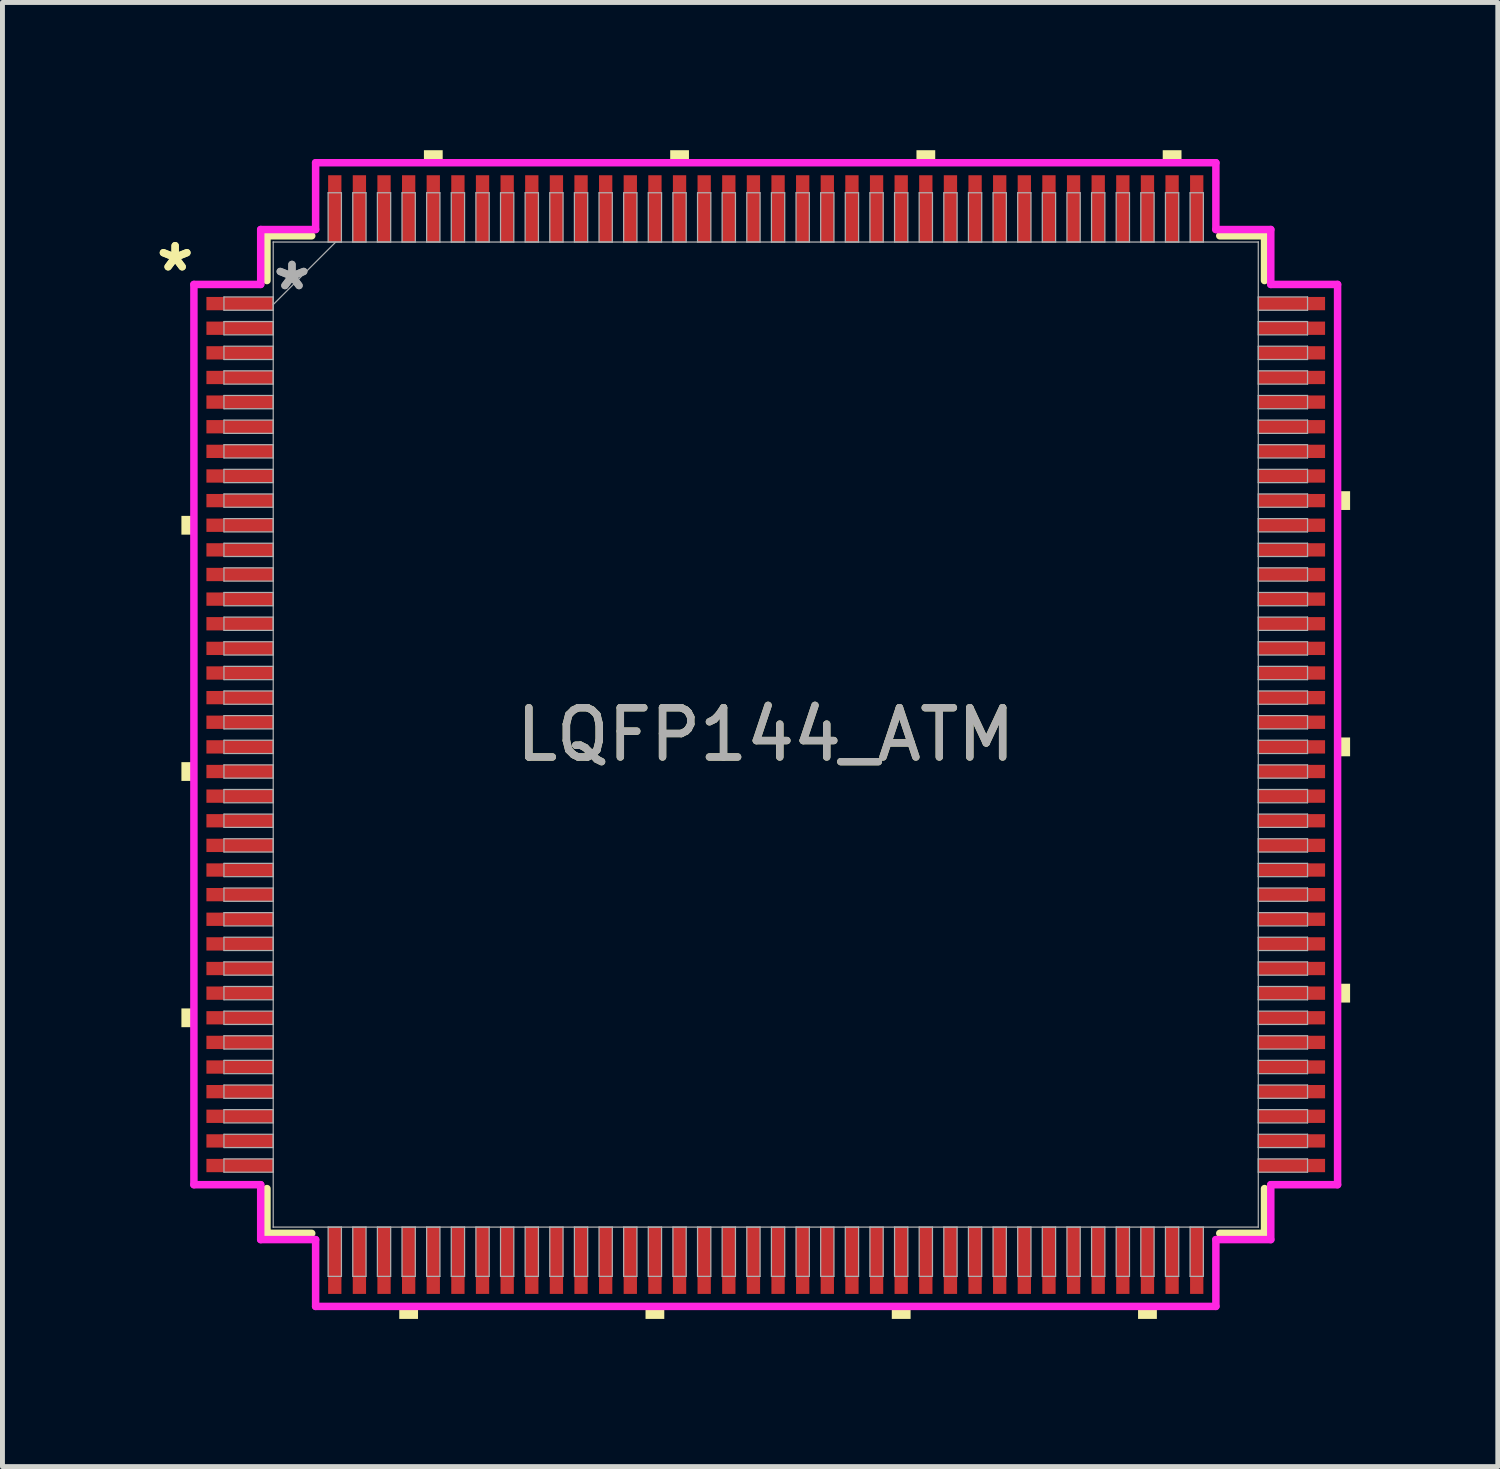
<source format=kicad_pcb>
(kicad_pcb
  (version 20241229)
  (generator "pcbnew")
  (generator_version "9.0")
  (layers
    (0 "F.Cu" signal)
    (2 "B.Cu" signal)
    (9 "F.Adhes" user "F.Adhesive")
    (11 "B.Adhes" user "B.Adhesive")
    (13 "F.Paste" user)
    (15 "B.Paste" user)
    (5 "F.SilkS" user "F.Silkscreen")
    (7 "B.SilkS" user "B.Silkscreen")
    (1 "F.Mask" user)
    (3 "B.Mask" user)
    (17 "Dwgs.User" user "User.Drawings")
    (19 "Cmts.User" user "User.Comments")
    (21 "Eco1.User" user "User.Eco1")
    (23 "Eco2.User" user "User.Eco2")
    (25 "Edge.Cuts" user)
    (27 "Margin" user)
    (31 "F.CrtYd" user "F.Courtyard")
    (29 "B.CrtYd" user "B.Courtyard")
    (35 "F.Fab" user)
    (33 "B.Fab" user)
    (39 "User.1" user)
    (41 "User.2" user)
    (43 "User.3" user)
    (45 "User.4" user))
  (footprint "LQFP144_ATM"
    (layer "F.Cu")
    (at 12.497 11.864)
    (property "Reference" "LQFP144_ATM" (at 0 0 0) (unlocked yes) (layer "F.SilkS") (effects (font (size 1 1) (thickness 0.15))))
    (attr smd)
    (fp_line (start -10.127 -10.127) (end -10.127 -9.218) (stroke (width 0.152) (type solid)) (layer "F.SilkS"))
    (fp_line (start -10.127 9.218) (end -10.127 10.127) (stroke (width 0.152) (type solid)) (layer "F.SilkS"))
    (fp_line (start -10.127 10.127) (end -9.218 10.127) (stroke (width 0.152) (type solid)) (layer "F.SilkS"))
    (fp_line (start -9.218 -10.127) (end -10.127 -10.127) (stroke (width 0.152) (type solid)) (layer "F.SilkS"))
    (fp_line (start 9.218 10.127) (end 10.127 10.127) (stroke (width 0.152) (type solid)) (layer "F.SilkS"))
    (fp_line (start 10.127 -10.127) (end 9.218 -10.127) (stroke (width 0.152) (type solid)) (layer "F.SilkS"))
    (fp_line (start 10.127 -9.218) (end 10.127 -10.127) (stroke (width 0.152) (type solid)) (layer "F.SilkS"))
    (fp_line (start 10.127 10.127) (end 10.127 9.218) (stroke (width 0.152) (type solid)) (layer "F.SilkS"))
    (fp_poly (pts (xy -11.864 -4.44) (xy -11.864 -4.059) (xy -11.61 -4.059) (xy -11.61 -4.44)) (stroke (width 0) (type solid)) (fill yes) (layer "F.SilkS"))
    (fp_poly (pts (xy -11.864 0.56) (xy -11.864 0.941) (xy -11.61 0.941) (xy -11.61 0.56)) (stroke (width 0) (type solid)) (fill yes) (layer "F.SilkS"))
    (fp_poly (pts (xy -11.864 5.56) (xy -11.864 5.941) (xy -11.61 5.941) (xy -11.61 5.56)) (stroke (width 0) (type solid)) (fill yes) (layer "F.SilkS"))
    (fp_poly (pts (xy -7.441 11.61) (xy -7.441 11.864) (xy -7.06 11.864) (xy -7.06 11.61)) (stroke (width 0) (type solid)) (fill yes) (layer "F.SilkS"))
    (fp_poly (pts (xy -6.94 -11.61) (xy -6.94 -11.864) (xy -6.559 -11.864) (xy -6.559 -11.61)) (stroke (width 0) (type solid)) (fill yes) (layer "F.SilkS"))
    (fp_poly (pts (xy -2.441 11.61) (xy -2.441 11.864) (xy -2.06 11.864) (xy -2.06 11.61)) (stroke (width 0) (type solid)) (fill yes) (layer "F.SilkS"))
    (fp_poly (pts (xy -1.94 -11.61) (xy -1.94 -11.864) (xy -1.559 -11.864) (xy -1.559 -11.61)) (stroke (width 0) (type solid)) (fill yes) (layer "F.SilkS"))
    (fp_poly (pts (xy 2.559 11.61) (xy 2.559 11.864) (xy 2.941 11.864) (xy 2.941 11.61)) (stroke (width 0) (type solid)) (fill yes) (layer "F.SilkS"))
    (fp_poly (pts (xy 3.06 -11.61) (xy 3.06 -11.864) (xy 3.441 -11.864) (xy 3.441 -11.61)) (stroke (width 0) (type solid)) (fill yes) (layer "F.SilkS"))
    (fp_poly (pts (xy 7.559 11.61) (xy 7.559 11.864) (xy 7.941 11.864) (xy 7.941 11.61)) (stroke (width 0) (type solid)) (fill yes) (layer "F.SilkS"))
    (fp_poly (pts (xy 8.06 -11.61) (xy 8.06 -11.864) (xy 8.441 -11.864) (xy 8.441 -11.61)) (stroke (width 0) (type solid)) (fill yes) (layer "F.SilkS"))
    (fp_poly (pts (xy 11.864 -4.941) (xy 11.864 -4.56) (xy 11.61 -4.56) (xy 11.61 -4.941)) (stroke (width 0) (type solid)) (fill yes) (layer "F.SilkS"))
    (fp_poly (pts (xy 11.864 0.059) (xy 11.864 0.441) (xy 11.61 0.441) (xy 11.61 0.059)) (stroke (width 0) (type solid)) (fill yes) (layer "F.SilkS"))
    (fp_poly (pts (xy 11.864 5.059) (xy 11.864 5.441) (xy 11.61 5.441) (xy 11.61 5.059)) (stroke (width 0) (type solid)) (fill yes) (layer "F.SilkS"))
    (fp_line (start -11.61 -9.139) (end -10.254 -9.139) (stroke (width 0.152) (type solid)) (layer "F.CrtYd"))
    (fp_line (start -11.61 9.139) (end -11.61 -9.139) (stroke (width 0.152) (type solid)) (layer "F.CrtYd"))
    (fp_line (start -10.254 -10.254) (end -9.139 -10.254) (stroke (width 0.152) (type solid)) (layer "F.CrtYd"))
    (fp_line (start -10.254 -9.139) (end -10.254 -10.254) (stroke (width 0.152) (type solid)) (layer "F.CrtYd"))
    (fp_line (start -10.254 9.139) (end -11.61 9.139) (stroke (width 0.152) (type solid)) (layer "F.CrtYd"))
    (fp_line (start -10.254 10.254) (end -10.254 9.139) (stroke (width 0.152) (type solid)) (layer "F.CrtYd"))
    (fp_line (start -10.254 10.254) (end -9.139 10.254) (stroke (width 0.152) (type solid)) (layer "F.CrtYd"))
    (fp_line (start -9.139 -11.61) (end 9.139 -11.61) (stroke (width 0.152) (type solid)) (layer "F.CrtYd"))
    (fp_line (start -9.139 -10.254) (end -9.139 -11.61) (stroke (width 0.152) (type solid)) (layer "F.CrtYd"))
    (fp_line (start -9.139 10.254) (end -9.139 11.61) (stroke (width 0.152) (type solid)) (layer "F.CrtYd"))
    (fp_line (start -9.139 11.61) (end 9.139 11.61) (stroke (width 0.152) (type solid)) (layer "F.CrtYd"))
    (fp_line (start 9.139 -11.61) (end 9.139 -10.254) (stroke (width 0.152) (type solid)) (layer "F.CrtYd"))
    (fp_line (start 9.139 -10.254) (end 10.254 -10.254) (stroke (width 0.152) (type solid)) (layer "F.CrtYd"))
    (fp_line (start 9.139 10.254) (end 10.254 10.254) (stroke (width 0.152) (type solid)) (layer "F.CrtYd"))
    (fp_line (start 9.139 11.61) (end 9.139 10.254) (stroke (width 0.152) (type solid)) (layer "F.CrtYd"))
    (fp_line (start 10.254 -9.139) (end 10.254 -10.254) (stroke (width 0.152) (type solid)) (layer "F.CrtYd"))
    (fp_line (start 10.254 9.139) (end 11.61 9.139) (stroke (width 0.152) (type solid)) (layer "F.CrtYd"))
    (fp_line (start 10.254 10.254) (end 10.254 9.139) (stroke (width 0.152) (type solid)) (layer "F.CrtYd"))
    (fp_line (start 11.61 -9.139) (end 10.254 -9.139) (stroke (width 0.152) (type solid)) (layer "F.CrtYd"))
    (fp_line (start 11.61 9.139) (end 11.61 -9.139) (stroke (width 0.152) (type solid)) (layer "F.CrtYd"))
    (fp_line (start -11 -8.885) (end -11 -8.615) (stroke (width 0.025) (type solid)) (layer "F.Fab"))
    (fp_line (start -11 -8.615) (end -10 -8.615) (stroke (width 0.025) (type solid)) (layer "F.Fab"))
    (fp_line (start -11 -8.385) (end -11 -8.115) (stroke (width 0.025) (type solid)) (layer "F.Fab"))
    (fp_line (start -11 -8.115) (end -10 -8.115) (stroke (width 0.025) (type solid)) (layer "F.Fab"))
    (fp_line (start -11 -7.885) (end -11 -7.615) (stroke (width 0.025) (type solid)) (layer "F.Fab"))
    (fp_line (start -11 -7.615) (end -10 -7.615) (stroke (width 0.025) (type solid)) (layer "F.Fab"))
    (fp_line (start -11 -7.385) (end -11 -7.115) (stroke (width 0.025) (type solid)) (layer "F.Fab"))
    (fp_line (start -11 -7.115) (end -10 -7.115) (stroke (width 0.025) (type solid)) (layer "F.Fab"))
    (fp_line (start -11 -6.885) (end -11 -6.615) (stroke (width 0.025) (type solid)) (layer "F.Fab"))
    (fp_line (start -11 -6.615) (end -10 -6.615) (stroke (width 0.025) (type solid)) (layer "F.Fab"))
    (fp_line (start -11 -6.385) (end -11 -6.115) (stroke (width 0.025) (type solid)) (layer "F.Fab"))
    (fp_line (start -11 -6.115) (end -10 -6.115) (stroke (width 0.025) (type solid)) (layer "F.Fab"))
    (fp_line (start -11 -5.885) (end -11 -5.615) (stroke (width 0.025) (type solid)) (layer "F.Fab"))
    (fp_line (start -11 -5.615) (end -10 -5.615) (stroke (width 0.025) (type solid)) (layer "F.Fab"))
    (fp_line (start -11 -5.385) (end -11 -5.115) (stroke (width 0.025) (type solid)) (layer "F.Fab"))
    (fp_line (start -11 -5.115) (end -10 -5.115) (stroke (width 0.025) (type solid)) (layer "F.Fab"))
    (fp_line (start -11 -4.885) (end -11 -4.615) (stroke (width 0.025) (type solid)) (layer "F.Fab"))
    (fp_line (start -11 -4.615) (end -10 -4.615) (stroke (width 0.025) (type solid)) (layer "F.Fab"))
    (fp_line (start -11 -4.385) (end -11 -4.115) (stroke (width 0.025) (type solid)) (layer "F.Fab"))
    (fp_line (start -11 -4.115) (end -10 -4.115) (stroke (width 0.025) (type solid)) (layer "F.Fab"))
    (fp_line (start -11 -3.885) (end -11 -3.615) (stroke (width 0.025) (type solid)) (layer "F.Fab"))
    (fp_line (start -11 -3.615) (end -10 -3.615) (stroke (width 0.025) (type solid)) (layer "F.Fab"))
    (fp_line (start -11 -3.385) (end -11 -3.115) (stroke (width 0.025) (type solid)) (layer "F.Fab"))
    (fp_line (start -11 -3.115) (end -10 -3.115) (stroke (width 0.025) (type solid)) (layer "F.Fab"))
    (fp_line (start -11 -2.885) (end -11 -2.615) (stroke (width 0.025) (type solid)) (layer "F.Fab"))
    (fp_line (start -11 -2.615) (end -10 -2.615) (stroke (width 0.025) (type solid)) (layer "F.Fab"))
    (fp_line (start -11 -2.385) (end -11 -2.115) (stroke (width 0.025) (type solid)) (layer "F.Fab"))
    (fp_line (start -11 -2.115) (end -10 -2.115) (stroke (width 0.025) (type solid)) (layer "F.Fab"))
    (fp_line (start -11 -1.885) (end -11 -1.615) (stroke (width 0.025) (type solid)) (layer "F.Fab"))
    (fp_line (start -11 -1.615) (end -10 -1.615) (stroke (width 0.025) (type solid)) (layer "F.Fab"))
    (fp_line (start -11 -1.385) (end -11 -1.115) (stroke (width 0.025) (type solid)) (layer "F.Fab"))
    (fp_line (start -11 -1.115) (end -10 -1.115) (stroke (width 0.025) (type solid)) (layer "F.Fab"))
    (fp_line (start -11 -0.885) (end -11 -0.615) (stroke (width 0.025) (type solid)) (layer "F.Fab"))
    (fp_line (start -11 -0.615) (end -10 -0.615) (stroke (width 0.025) (type solid)) (layer "F.Fab"))
    (fp_line (start -11 -0.385) (end -11 -0.115) (stroke (width 0.025) (type solid)) (layer "F.Fab"))
    (fp_line (start -11 -0.115) (end -10 -0.115) (stroke (width 0.025) (type solid)) (layer "F.Fab"))
    (fp_line (start -11 0.115) (end -11 0.385) (stroke (width 0.025) (type solid)) (layer "F.Fab"))
    (fp_line (start -11 0.385) (end -10 0.385) (stroke (width 0.025) (type solid)) (layer "F.Fab"))
    (fp_line (start -11 0.615) (end -11 0.885) (stroke (width 0.025) (type solid)) (layer "F.Fab"))
    (fp_line (start -11 0.885) (end -10 0.885) (stroke (width 0.025) (type solid)) (layer "F.Fab"))
    (fp_line (start -11 1.115) (end -11 1.385) (stroke (width 0.025) (type solid)) (layer "F.Fab"))
    (fp_line (start -11 1.385) (end -10 1.385) (stroke (width 0.025) (type solid)) (layer "F.Fab"))
    (fp_line (start -11 1.615) (end -11 1.885) (stroke (width 0.025) (type solid)) (layer "F.Fab"))
    (fp_line (start -11 1.885) (end -10 1.885) (stroke (width 0.025) (type solid)) (layer "F.Fab"))
    (fp_line (start -11 2.115) (end -11 2.385) (stroke (width 0.025) (type solid)) (layer "F.Fab"))
    (fp_line (start -11 2.385) (end -10 2.385) (stroke (width 0.025) (type solid)) (layer "F.Fab"))
    (fp_line (start -11 2.615) (end -11 2.885) (stroke (width 0.025) (type solid)) (layer "F.Fab"))
    (fp_line (start -11 2.885) (end -10 2.885) (stroke (width 0.025) (type solid)) (layer "F.Fab"))
    (fp_line (start -11 3.115) (end -11 3.385) (stroke (width 0.025) (type solid)) (layer "F.Fab"))
    (fp_line (start -11 3.385) (end -10 3.385) (stroke (width 0.025) (type solid)) (layer "F.Fab"))
    (fp_line (start -11 3.615) (end -11 3.885) (stroke (width 0.025) (type solid)) (layer "F.Fab"))
    (fp_line (start -11 3.885) (end -10 3.885) (stroke (width 0.025) (type solid)) (layer "F.Fab"))
    (fp_line (start -11 4.115) (end -11 4.385) (stroke (width 0.025) (type solid)) (layer "F.Fab"))
    (fp_line (start -11 4.385) (end -10 4.385) (stroke (width 0.025) (type solid)) (layer "F.Fab"))
    (fp_line (start -11 4.615) (end -11 4.885) (stroke (width 0.025) (type solid)) (layer "F.Fab"))
    (fp_line (start -11 4.885) (end -10 4.885) (stroke (width 0.025) (type solid)) (layer "F.Fab"))
    (fp_line (start -11 5.115) (end -11 5.385) (stroke (width 0.025) (type solid)) (layer "F.Fab"))
    (fp_line (start -11 5.385) (end -10 5.385) (stroke (width 0.025) (type solid)) (layer "F.Fab"))
    (fp_line (start -11 5.615) (end -11 5.885) (stroke (width 0.025) (type solid)) (layer "F.Fab"))
    (fp_line (start -11 5.885) (end -10 5.885) (stroke (width 0.025) (type solid)) (layer "F.Fab"))
    (fp_line (start -11 6.115) (end -11 6.385) (stroke (width 0.025) (type solid)) (layer "F.Fab"))
    (fp_line (start -11 6.385) (end -10 6.385) (stroke (width 0.025) (type solid)) (layer "F.Fab"))
    (fp_line (start -11 6.615) (end -11 6.885) (stroke (width 0.025) (type solid)) (layer "F.Fab"))
    (fp_line (start -11 6.885) (end -10 6.885) (stroke (width 0.025) (type solid)) (layer "F.Fab"))
    (fp_line (start -11 7.115) (end -11 7.385) (stroke (width 0.025) (type solid)) (layer "F.Fab"))
    (fp_line (start -11 7.385) (end -10 7.385) (stroke (width 0.025) (type solid)) (layer "F.Fab"))
    (fp_line (start -11 7.615) (end -11 7.885) (stroke (width 0.025) (type solid)) (layer "F.Fab"))
    (fp_line (start -11 7.885) (end -10 7.885) (stroke (width 0.025) (type solid)) (layer "F.Fab"))
    (fp_line (start -11 8.115) (end -11 8.385) (stroke (width 0.025) (type solid)) (layer "F.Fab"))
    (fp_line (start -11 8.385) (end -10 8.385) (stroke (width 0.025) (type solid)) (layer "F.Fab"))
    (fp_line (start -11 8.615) (end -11 8.885) (stroke (width 0.025) (type solid)) (layer "F.Fab"))
    (fp_line (start -11 8.885) (end -10 8.885) (stroke (width 0.025) (type solid)) (layer "F.Fab"))
    (fp_line (start -10 -10) (end -10 -10) (stroke (width 0.025) (type solid)) (layer "F.Fab"))
    (fp_line (start -10 -10) (end -10 10) (stroke (width 0.025) (type solid)) (layer "F.Fab"))
    (fp_line (start -10 -8.885) (end -11 -8.885) (stroke (width 0.025) (type solid)) (layer "F.Fab"))
    (fp_line (start -10 -8.73) (end -8.73 -10) (stroke (width 0.025) (type solid)) (layer "F.Fab"))
    (fp_line (start -10 -8.615) (end -10 -8.885) (stroke (width 0.025) (type solid)) (layer "F.Fab"))
    (fp_line (start -10 -8.385) (end -11 -8.385) (stroke (width 0.025) (type solid)) (layer "F.Fab"))
    (fp_line (start -10 -8.115) (end -10 -8.385) (stroke (width 0.025) (type solid)) (layer "F.Fab"))
    (fp_line (start -10 -7.885) (end -11 -7.885) (stroke (width 0.025) (type solid)) (layer "F.Fab"))
    (fp_line (start -10 -7.615) (end -10 -7.885) (stroke (width 0.025) (type solid)) (layer "F.Fab"))
    (fp_line (start -10 -7.385) (end -11 -7.385) (stroke (width 0.025) (type solid)) (layer "F.Fab"))
    (fp_line (start -10 -7.115) (end -10 -7.385) (stroke (width 0.025) (type solid)) (layer "F.Fab"))
    (fp_line (start -10 -6.885) (end -11 -6.885) (stroke (width 0.025) (type solid)) (layer "F.Fab"))
    (fp_line (start -10 -6.615) (end -10 -6.885) (stroke (width 0.025) (type solid)) (layer "F.Fab"))
    (fp_line (start -10 -6.385) (end -11 -6.385) (stroke (width 0.025) (type solid)) (layer "F.Fab"))
    (fp_line (start -10 -6.115) (end -10 -6.385) (stroke (width 0.025) (type solid)) (layer "F.Fab"))
    (fp_line (start -10 -5.885) (end -11 -5.885) (stroke (width 0.025) (type solid)) (layer "F.Fab"))
    (fp_line (start -10 -5.615) (end -10 -5.885) (stroke (width 0.025) (type solid)) (layer "F.Fab"))
    (fp_line (start -10 -5.385) (end -11 -5.385) (stroke (width 0.025) (type solid)) (layer "F.Fab"))
    (fp_line (start -10 -5.115) (end -10 -5.385) (stroke (width 0.025) (type solid)) (layer "F.Fab"))
    (fp_line (start -10 -4.885) (end -11 -4.885) (stroke (width 0.025) (type solid)) (layer "F.Fab"))
    (fp_line (start -10 -4.615) (end -10 -4.885) (stroke (width 0.025) (type solid)) (layer "F.Fab"))
    (fp_line (start -10 -4.385) (end -11 -4.385) (stroke (width 0.025) (type solid)) (layer "F.Fab"))
    (fp_line (start -10 -4.115) (end -10 -4.385) (stroke (width 0.025) (type solid)) (layer "F.Fab"))
    (fp_line (start -10 -3.885) (end -11 -3.885) (stroke (width 0.025) (type solid)) (layer "F.Fab"))
    (fp_line (start -10 -3.615) (end -10 -3.885) (stroke (width 0.025) (type solid)) (layer "F.Fab"))
    (fp_line (start -10 -3.385) (end -11 -3.385) (stroke (width 0.025) (type solid)) (layer "F.Fab"))
    (fp_line (start -10 -3.115) (end -10 -3.385) (stroke (width 0.025) (type solid)) (layer "F.Fab"))
    (fp_line (start -10 -2.885) (end -11 -2.885) (stroke (width 0.025) (type solid)) (layer "F.Fab"))
    (fp_line (start -10 -2.615) (end -10 -2.885) (stroke (width 0.025) (type solid)) (layer "F.Fab"))
    (fp_line (start -10 -2.385) (end -11 -2.385) (stroke (width 0.025) (type solid)) (layer "F.Fab"))
    (fp_line (start -10 -2.115) (end -10 -2.385) (stroke (width 0.025) (type solid)) (layer "F.Fab"))
    (fp_line (start -10 -1.885) (end -11 -1.885) (stroke (width 0.025) (type solid)) (layer "F.Fab"))
    (fp_line (start -10 -1.615) (end -10 -1.885) (stroke (width 0.025) (type solid)) (layer "F.Fab"))
    (fp_line (start -10 -1.385) (end -11 -1.385) (stroke (width 0.025) (type solid)) (layer "F.Fab"))
    (fp_line (start -10 -1.115) (end -10 -1.385) (stroke (width 0.025) (type solid)) (layer "F.Fab"))
    (fp_line (start -10 -0.885) (end -11 -0.885) (stroke (width 0.025) (type solid)) (layer "F.Fab"))
    (fp_line (start -10 -0.615) (end -10 -0.885) (stroke (width 0.025) (type solid)) (layer "F.Fab"))
    (fp_line (start -10 -0.385) (end -11 -0.385) (stroke (width 0.025) (type solid)) (layer "F.Fab"))
    (fp_line (start -10 -0.115) (end -10 -0.385) (stroke (width 0.025) (type solid)) (layer "F.Fab"))
    (fp_line (start -10 0.115) (end -11 0.115) (stroke (width 0.025) (type solid)) (layer "F.Fab"))
    (fp_line (start -10 0.385) (end -10 0.115) (stroke (width 0.025) (type solid)) (layer "F.Fab"))
    (fp_line (start -10 0.615) (end -11 0.615) (stroke (width 0.025) (type solid)) (layer "F.Fab"))
    (fp_line (start -10 0.885) (end -10 0.615) (stroke (width 0.025) (type solid)) (layer "F.Fab"))
    (fp_line (start -10 1.115) (end -11 1.115) (stroke (width 0.025) (type solid)) (layer "F.Fab"))
    (fp_line (start -10 1.385) (end -10 1.115) (stroke (width 0.025) (type solid)) (layer "F.Fab"))
    (fp_line (start -10 1.615) (end -11 1.615) (stroke (width 0.025) (type solid)) (layer "F.Fab"))
    (fp_line (start -10 1.885) (end -10 1.615) (stroke (width 0.025) (type solid)) (layer "F.Fab"))
    (fp_line (start -10 2.115) (end -11 2.115) (stroke (width 0.025) (type solid)) (layer "F.Fab"))
    (fp_line (start -10 2.385) (end -10 2.115) (stroke (width 0.025) (type solid)) (layer "F.Fab"))
    (fp_line (start -10 2.615) (end -11 2.615) (stroke (width 0.025) (type solid)) (layer "F.Fab"))
    (fp_line (start -10 2.885) (end -10 2.615) (stroke (width 0.025) (type solid)) (layer "F.Fab"))
    (fp_line (start -10 3.115) (end -11 3.115) (stroke (width 0.025) (type solid)) (layer "F.Fab"))
    (fp_line (start -10 3.385) (end -10 3.115) (stroke (width 0.025) (type solid)) (layer "F.Fab"))
    (fp_line (start -10 3.615) (end -11 3.615) (stroke (width 0.025) (type solid)) (layer "F.Fab"))
    (fp_line (start -10 3.885) (end -10 3.615) (stroke (width 0.025) (type solid)) (layer "F.Fab"))
    (fp_line (start -10 4.115) (end -11 4.115) (stroke (width 0.025) (type solid)) (layer "F.Fab"))
    (fp_line (start -10 4.385) (end -10 4.115) (stroke (width 0.025) (type solid)) (layer "F.Fab"))
    (fp_line (start -10 4.615) (end -11 4.615) (stroke (width 0.025) (type solid)) (layer "F.Fab"))
    (fp_line (start -10 4.885) (end -10 4.615) (stroke (width 0.025) (type solid)) (layer "F.Fab"))
    (fp_line (start -10 5.115) (end -11 5.115) (stroke (width 0.025) (type solid)) (layer "F.Fab"))
    (fp_line (start -10 5.385) (end -10 5.115) (stroke (width 0.025) (type solid)) (layer "F.Fab"))
    (fp_line (start -10 5.615) (end -11 5.615) (stroke (width 0.025) (type solid)) (layer "F.Fab"))
    (fp_line (start -10 5.885) (end -10 5.615) (stroke (width 0.025) (type solid)) (layer "F.Fab"))
    (fp_line (start -10 6.115) (end -11 6.115) (stroke (width 0.025) (type solid)) (layer "F.Fab"))
    (fp_line (start -10 6.385) (end -10 6.115) (stroke (width 0.025) (type solid)) (layer "F.Fab"))
    (fp_line (start -10 6.615) (end -11 6.615) (stroke (width 0.025) (type solid)) (layer "F.Fab"))
    (fp_line (start -10 6.885) (end -10 6.615) (stroke (width 0.025) (type solid)) (layer "F.Fab"))
    (fp_line (start -10 7.115) (end -11 7.115) (stroke (width 0.025) (type solid)) (layer "F.Fab"))
    (fp_line (start -10 7.385) (end -10 7.115) (stroke (width 0.025) (type solid)) (layer "F.Fab"))
    (fp_line (start -10 7.615) (end -11 7.615) (stroke (width 0.025) (type solid)) (layer "F.Fab"))
    (fp_line (start -10 7.885) (end -10 7.615) (stroke (width 0.025) (type solid)) (layer "F.Fab"))
    (fp_line (start -10 8.115) (end -11 8.115) (stroke (width 0.025) (type solid)) (layer "F.Fab"))
    (fp_line (start -10 8.385) (end -10 8.115) (stroke (width 0.025) (type solid)) (layer "F.Fab"))
    (fp_line (start -10 8.615) (end -11 8.615) (stroke (width 0.025) (type solid)) (layer "F.Fab"))
    (fp_line (start -10 8.885) (end -10 8.615) (stroke (width 0.025) (type solid)) (layer "F.Fab"))
    (fp_line (start -10 10) (end -10 10) (stroke (width 0.025) (type solid)) (layer "F.Fab"))
    (fp_line (start -10 10) (end 10 10) (stroke (width 0.025) (type solid)) (layer "F.Fab"))
    (fp_line (start -8.885 -11) (end -8.885 -10) (stroke (width 0.025) (type solid)) (layer "F.Fab"))
    (fp_line (start -8.885 -10) (end -8.615 -10) (stroke (width 0.025) (type solid)) (layer "F.Fab"))
    (fp_line (start -8.885 10) (end -8.885 11) (stroke (width 0.025) (type solid)) (layer "F.Fab"))
    (fp_line (start -8.885 11) (end -8.615 11) (stroke (width 0.025) (type solid)) (layer "F.Fab"))
    (fp_line (start -8.615 -11) (end -8.885 -11) (stroke (width 0.025) (type solid)) (layer "F.Fab"))
    (fp_line (start -8.615 -10) (end -8.615 -11) (stroke (width 0.025) (type solid)) (layer "F.Fab"))
    (fp_line (start -8.615 10) (end -8.885 10) (stroke (width 0.025) (type solid)) (layer "F.Fab"))
    (fp_line (start -8.615 11) (end -8.615 10) (stroke (width 0.025) (type solid)) (layer "F.Fab"))
    (fp_line (start -8.385 -11) (end -8.385 -10) (stroke (width 0.025) (type solid)) (layer "F.Fab"))
    (fp_line (start -8.385 -10) (end -8.115 -10) (stroke (width 0.025) (type solid)) (layer "F.Fab"))
    (fp_line (start -8.385 10) (end -8.385 11) (stroke (width 0.025) (type solid)) (layer "F.Fab"))
    (fp_line (start -8.385 11) (end -8.115 11) (stroke (width 0.025) (type solid)) (layer "F.Fab"))
    (fp_line (start -8.115 -11) (end -8.385 -11) (stroke (width 0.025) (type solid)) (layer "F.Fab"))
    (fp_line (start -8.115 -10) (end -8.115 -11) (stroke (width 0.025) (type solid)) (layer "F.Fab"))
    (fp_line (start -8.115 10) (end -8.385 10) (stroke (width 0.025) (type solid)) (layer "F.Fab"))
    (fp_line (start -8.115 11) (end -8.115 10) (stroke (width 0.025) (type solid)) (layer "F.Fab"))
    (fp_line (start -7.885 -11) (end -7.885 -10) (stroke (width 0.025) (type solid)) (layer "F.Fab"))
    (fp_line (start -7.885 -10) (end -7.615 -10) (stroke (width 0.025) (type solid)) (layer "F.Fab"))
    (fp_line (start -7.885 10) (end -7.885 11) (stroke (width 0.025) (type solid)) (layer "F.Fab"))
    (fp_line (start -7.885 11) (end -7.615 11) (stroke (width 0.025) (type solid)) (layer "F.Fab"))
    (fp_line (start -7.615 -11) (end -7.885 -11) (stroke (width 0.025) (type solid)) (layer "F.Fab"))
    (fp_line (start -7.615 -10) (end -7.615 -11) (stroke (width 0.025) (type solid)) (layer "F.Fab"))
    (fp_line (start -7.615 10) (end -7.885 10) (stroke (width 0.025) (type solid)) (layer "F.Fab"))
    (fp_line (start -7.615 11) (end -7.615 10) (stroke (width 0.025) (type solid)) (layer "F.Fab"))
    (fp_line (start -7.385 -11) (end -7.385 -10) (stroke (width 0.025) (type solid)) (layer "F.Fab"))
    (fp_line (start -7.385 -10) (end -7.115 -10) (stroke (width 0.025) (type solid)) (layer "F.Fab"))
    (fp_line (start -7.385 10) (end -7.385 11) (stroke (width 0.025) (type solid)) (layer "F.Fab"))
    (fp_line (start -7.385 11) (end -7.115 11) (stroke (width 0.025) (type solid)) (layer "F.Fab"))
    (fp_line (start -7.115 -11) (end -7.385 -11) (stroke (width 0.025) (type solid)) (layer "F.Fab"))
    (fp_line (start -7.115 -10) (end -7.115 -11) (stroke (width 0.025) (type solid)) (layer "F.Fab"))
    (fp_line (start -7.115 10) (end -7.385 10) (stroke (width 0.025) (type solid)) (layer "F.Fab"))
    (fp_line (start -7.115 11) (end -7.115 10) (stroke (width 0.025) (type solid)) (layer "F.Fab"))
    (fp_line (start -6.885 -11) (end -6.885 -10) (stroke (width 0.025) (type solid)) (layer "F.Fab"))
    (fp_line (start -6.885 -10) (end -6.615 -10) (stroke (width 0.025) (type solid)) (layer "F.Fab"))
    (fp_line (start -6.885 10) (end -6.885 11) (stroke (width 0.025) (type solid)) (layer "F.Fab"))
    (fp_line (start -6.885 11) (end -6.615 11) (stroke (width 0.025) (type solid)) (layer "F.Fab"))
    (fp_line (start -6.615 -11) (end -6.885 -11) (stroke (width 0.025) (type solid)) (layer "F.Fab"))
    (fp_line (start -6.615 -10) (end -6.615 -11) (stroke (width 0.025) (type solid)) (layer "F.Fab"))
    (fp_line (start -6.615 10) (end -6.885 10) (stroke (width 0.025) (type solid)) (layer "F.Fab"))
    (fp_line (start -6.615 11) (end -6.615 10) (stroke (width 0.025) (type solid)) (layer "F.Fab"))
    (fp_line (start -6.385 -11) (end -6.385 -10) (stroke (width 0.025) (type solid)) (layer "F.Fab"))
    (fp_line (start -6.385 -10) (end -6.115 -10) (stroke (width 0.025) (type solid)) (layer "F.Fab"))
    (fp_line (start -6.385 10) (end -6.385 11) (stroke (width 0.025) (type solid)) (layer "F.Fab"))
    (fp_line (start -6.385 11) (end -6.115 11) (stroke (width 0.025) (type solid)) (layer "F.Fab"))
    (fp_line (start -6.115 -11) (end -6.385 -11) (stroke (width 0.025) (type solid)) (layer "F.Fab"))
    (fp_line (start -6.115 -10) (end -6.115 -11) (stroke (width 0.025) (type solid)) (layer "F.Fab"))
    (fp_line (start -6.115 10) (end -6.385 10) (stroke (width 0.025) (type solid)) (layer "F.Fab"))
    (fp_line (start -6.115 11) (end -6.115 10) (stroke (width 0.025) (type solid)) (layer "F.Fab"))
    (fp_line (start -5.885 -11) (end -5.885 -10) (stroke (width 0.025) (type solid)) (layer "F.Fab"))
    (fp_line (start -5.885 -10) (end -5.615 -10) (stroke (width 0.025) (type solid)) (layer "F.Fab"))
    (fp_line (start -5.885 10) (end -5.885 11) (stroke (width 0.025) (type solid)) (layer "F.Fab"))
    (fp_line (start -5.885 11) (end -5.615 11) (stroke (width 0.025) (type solid)) (layer "F.Fab"))
    (fp_line (start -5.615 -11) (end -5.885 -11) (stroke (width 0.025) (type solid)) (layer "F.Fab"))
    (fp_line (start -5.615 -10) (end -5.615 -11) (stroke (width 0.025) (type solid)) (layer "F.Fab"))
    (fp_line (start -5.615 10) (end -5.885 10) (stroke (width 0.025) (type solid)) (layer "F.Fab"))
    (fp_line (start -5.615 11) (end -5.615 10) (stroke (width 0.025) (type solid)) (layer "F.Fab"))
    (fp_line (start -5.385 -11) (end -5.385 -10) (stroke (width 0.025) (type solid)) (layer "F.Fab"))
    (fp_line (start -5.385 -10) (end -5.115 -10) (stroke (width 0.025) (type solid)) (layer "F.Fab"))
    (fp_line (start -5.385 10) (end -5.385 11) (stroke (width 0.025) (type solid)) (layer "F.Fab"))
    (fp_line (start -5.385 11) (end -5.115 11) (stroke (width 0.025) (type solid)) (layer "F.Fab"))
    (fp_line (start -5.115 -11) (end -5.385 -11) (stroke (width 0.025) (type solid)) (layer "F.Fab"))
    (fp_line (start -5.115 -10) (end -5.115 -11) (stroke (width 0.025) (type solid)) (layer "F.Fab"))
    (fp_line (start -5.115 10) (end -5.385 10) (stroke (width 0.025) (type solid)) (layer "F.Fab"))
    (fp_line (start -5.115 11) (end -5.115 10) (stroke (width 0.025) (type solid)) (layer "F.Fab"))
    (fp_line (start -4.885 -11) (end -4.885 -10) (stroke (width 0.025) (type solid)) (layer "F.Fab"))
    (fp_line (start -4.885 -10) (end -4.615 -10) (stroke (width 0.025) (type solid)) (layer "F.Fab"))
    (fp_line (start -4.885 10) (end -4.885 11) (stroke (width 0.025) (type solid)) (layer "F.Fab"))
    (fp_line (start -4.885 11) (end -4.615 11) (stroke (width 0.025) (type solid)) (layer "F.Fab"))
    (fp_line (start -4.615 -11) (end -4.885 -11) (stroke (width 0.025) (type solid)) (layer "F.Fab"))
    (fp_line (start -4.615 -10) (end -4.615 -11) (stroke (width 0.025) (type solid)) (layer "F.Fab"))
    (fp_line (start -4.615 10) (end -4.885 10) (stroke (width 0.025) (type solid)) (layer "F.Fab"))
    (fp_line (start -4.615 11) (end -4.615 10) (stroke (width 0.025) (type solid)) (layer "F.Fab"))
    (fp_line (start -4.385 -11) (end -4.385 -10) (stroke (width 0.025) (type solid)) (layer "F.Fab"))
    (fp_line (start -4.385 -10) (end -4.115 -10) (stroke (width 0.025) (type solid)) (layer "F.Fab"))
    (fp_line (start -4.385 10) (end -4.385 11) (stroke (width 0.025) (type solid)) (layer "F.Fab"))
    (fp_line (start -4.385 11) (end -4.115 11) (stroke (width 0.025) (type solid)) (layer "F.Fab"))
    (fp_line (start -4.115 -11) (end -4.385 -11) (stroke (width 0.025) (type solid)) (layer "F.Fab"))
    (fp_line (start -4.115 -10) (end -4.115 -11) (stroke (width 0.025) (type solid)) (layer "F.Fab"))
    (fp_line (start -4.115 10) (end -4.385 10) (stroke (width 0.025) (type solid)) (layer "F.Fab"))
    (fp_line (start -4.115 11) (end -4.115 10) (stroke (width 0.025) (type solid)) (layer "F.Fab"))
    (fp_line (start -3.885 -11) (end -3.885 -10) (stroke (width 0.025) (type solid)) (layer "F.Fab"))
    (fp_line (start -3.885 -10) (end -3.615 -10) (stroke (width 0.025) (type solid)) (layer "F.Fab"))
    (fp_line (start -3.885 10) (end -3.885 11) (stroke (width 0.025) (type solid)) (layer "F.Fab"))
    (fp_line (start -3.885 11) (end -3.615 11) (stroke (width 0.025) (type solid)) (layer "F.Fab"))
    (fp_line (start -3.615 -11) (end -3.885 -11) (stroke (width 0.025) (type solid)) (layer "F.Fab"))
    (fp_line (start -3.615 -10) (end -3.615 -11) (stroke (width 0.025) (type solid)) (layer "F.Fab"))
    (fp_line (start -3.615 10) (end -3.885 10) (stroke (width 0.025) (type solid)) (layer "F.Fab"))
    (fp_line (start -3.615 11) (end -3.615 10) (stroke (width 0.025) (type solid)) (layer "F.Fab"))
    (fp_line (start -3.385 -11) (end -3.385 -10) (stroke (width 0.025) (type solid)) (layer "F.Fab"))
    (fp_line (start -3.385 -10) (end -3.115 -10) (stroke (width 0.025) (type solid)) (layer "F.Fab"))
    (fp_line (start -3.385 10) (end -3.385 11) (stroke (width 0.025) (type solid)) (layer "F.Fab"))
    (fp_line (start -3.385 11) (end -3.115 11) (stroke (width 0.025) (type solid)) (layer "F.Fab"))
    (fp_line (start -3.115 -11) (end -3.385 -11) (stroke (width 0.025) (type solid)) (layer "F.Fab"))
    (fp_line (start -3.115 -10) (end -3.115 -11) (stroke (width 0.025) (type solid)) (layer "F.Fab"))
    (fp_line (start -3.115 10) (end -3.385 10) (stroke (width 0.025) (type solid)) (layer "F.Fab"))
    (fp_line (start -3.115 11) (end -3.115 10) (stroke (width 0.025) (type solid)) (layer "F.Fab"))
    (fp_line (start -2.885 -11) (end -2.885 -10) (stroke (width 0.025) (type solid)) (layer "F.Fab"))
    (fp_line (start -2.885 -10) (end -2.615 -10) (stroke (width 0.025) (type solid)) (layer "F.Fab"))
    (fp_line (start -2.885 10) (end -2.885 11) (stroke (width 0.025) (type solid)) (layer "F.Fab"))
    (fp_line (start -2.885 11) (end -2.615 11) (stroke (width 0.025) (type solid)) (layer "F.Fab"))
    (fp_line (start -2.615 -11) (end -2.885 -11) (stroke (width 0.025) (type solid)) (layer "F.Fab"))
    (fp_line (start -2.615 -10) (end -2.615 -11) (stroke (width 0.025) (type solid)) (layer "F.Fab"))
    (fp_line (start -2.615 10) (end -2.885 10) (stroke (width 0.025) (type solid)) (layer "F.Fab"))
    (fp_line (start -2.615 11) (end -2.615 10) (stroke (width 0.025) (type solid)) (layer "F.Fab"))
    (fp_line (start -2.385 -11) (end -2.385 -10) (stroke (width 0.025) (type solid)) (layer "F.Fab"))
    (fp_line (start -2.385 -10) (end -2.115 -10) (stroke (width 0.025) (type solid)) (layer "F.Fab"))
    (fp_line (start -2.385 10) (end -2.385 11) (stroke (width 0.025) (type solid)) (layer "F.Fab"))
    (fp_line (start -2.385 11) (end -2.115 11) (stroke (width 0.025) (type solid)) (layer "F.Fab"))
    (fp_line (start -2.115 -11) (end -2.385 -11) (stroke (width 0.025) (type solid)) (layer "F.Fab"))
    (fp_line (start -2.115 -10) (end -2.115 -11) (stroke (width 0.025) (type solid)) (layer "F.Fab"))
    (fp_line (start -2.115 10) (end -2.385 10) (stroke (width 0.025) (type solid)) (layer "F.Fab"))
    (fp_line (start -2.115 11) (end -2.115 10) (stroke (width 0.025) (type solid)) (layer "F.Fab"))
    (fp_line (start -1.885 -11) (end -1.885 -10) (stroke (width 0.025) (type solid)) (layer "F.Fab"))
    (fp_line (start -1.885 -10) (end -1.615 -10) (stroke (width 0.025) (type solid)) (layer "F.Fab"))
    (fp_line (start -1.885 10) (end -1.885 11) (stroke (width 0.025) (type solid)) (layer "F.Fab"))
    (fp_line (start -1.885 11) (end -1.615 11) (stroke (width 0.025) (type solid)) (layer "F.Fab"))
    (fp_line (start -1.615 -11) (end -1.885 -11) (stroke (width 0.025) (type solid)) (layer "F.Fab"))
    (fp_line (start -1.615 -10) (end -1.615 -11) (stroke (width 0.025) (type solid)) (layer "F.Fab"))
    (fp_line (start -1.615 10) (end -1.885 10) (stroke (width 0.025) (type solid)) (layer "F.Fab"))
    (fp_line (start -1.615 11) (end -1.615 10) (stroke (width 0.025) (type solid)) (layer "F.Fab"))
    (fp_line (start -1.385 -11) (end -1.385 -10) (stroke (width 0.025) (type solid)) (layer "F.Fab"))
    (fp_line (start -1.385 -10) (end -1.115 -10) (stroke (width 0.025) (type solid)) (layer "F.Fab"))
    (fp_line (start -1.385 10) (end -1.385 11) (stroke (width 0.025) (type solid)) (layer "F.Fab"))
    (fp_line (start -1.385 11) (end -1.115 11) (stroke (width 0.025) (type solid)) (layer "F.Fab"))
    (fp_line (start -1.115 -11) (end -1.385 -11) (stroke (width 0.025) (type solid)) (layer "F.Fab"))
    (fp_line (start -1.115 -10) (end -1.115 -11) (stroke (width 0.025) (type solid)) (layer "F.Fab"))
    (fp_line (start -1.115 10) (end -1.385 10) (stroke (width 0.025) (type solid)) (layer "F.Fab"))
    (fp_line (start -1.115 11) (end -1.115 10) (stroke (width 0.025) (type solid)) (layer "F.Fab"))
    (fp_line (start -0.885 -11) (end -0.885 -10) (stroke (width 0.025) (type solid)) (layer "F.Fab"))
    (fp_line (start -0.885 -10) (end -0.615 -10) (stroke (width 0.025) (type solid)) (layer "F.Fab"))
    (fp_line (start -0.885 10) (end -0.885 11) (stroke (width 0.025) (type solid)) (layer "F.Fab"))
    (fp_line (start -0.885 11) (end -0.615 11) (stroke (width 0.025) (type solid)) (layer "F.Fab"))
    (fp_line (start -0.615 -11) (end -0.885 -11) (stroke (width 0.025) (type solid)) (layer "F.Fab"))
    (fp_line (start -0.615 -10) (end -0.615 -11) (stroke (width 0.025) (type solid)) (layer "F.Fab"))
    (fp_line (start -0.615 10) (end -0.885 10) (stroke (width 0.025) (type solid)) (layer "F.Fab"))
    (fp_line (start -0.615 11) (end -0.615 10) (stroke (width 0.025) (type solid)) (layer "F.Fab"))
    (fp_line (start -0.385 -11) (end -0.385 -10) (stroke (width 0.025) (type solid)) (layer "F.Fab"))
    (fp_line (start -0.385 -10) (end -0.115 -10) (stroke (width 0.025) (type solid)) (layer "F.Fab"))
    (fp_line (start -0.385 10) (end -0.385 11) (stroke (width 0.025) (type solid)) (layer "F.Fab"))
    (fp_line (start -0.385 11) (end -0.115 11) (stroke (width 0.025) (type solid)) (layer "F.Fab"))
    (fp_line (start -0.115 -11) (end -0.385 -11) (stroke (width 0.025) (type solid)) (layer "F.Fab"))
    (fp_line (start -0.115 -10) (end -0.115 -11) (stroke (width 0.025) (type solid)) (layer "F.Fab"))
    (fp_line (start -0.115 10) (end -0.385 10) (stroke (width 0.025) (type solid)) (layer "F.Fab"))
    (fp_line (start -0.115 11) (end -0.115 10) (stroke (width 0.025) (type solid)) (layer "F.Fab"))
    (fp_line (start 0.115 -11) (end 0.115 -10) (stroke (width 0.025) (type solid)) (layer "F.Fab"))
    (fp_line (start 0.115 -10) (end 0.385 -10) (stroke (width 0.025) (type solid)) (layer "F.Fab"))
    (fp_line (start 0.115 10) (end 0.115 11) (stroke (width 0.025) (type solid)) (layer "F.Fab"))
    (fp_line (start 0.115 11) (end 0.385 11) (stroke (width 0.025) (type solid)) (layer "F.Fab"))
    (fp_line (start 0.385 -11) (end 0.115 -11) (stroke (width 0.025) (type solid)) (layer "F.Fab"))
    (fp_line (start 0.385 -10) (end 0.385 -11) (stroke (width 0.025) (type solid)) (layer "F.Fab"))
    (fp_line (start 0.385 10) (end 0.115 10) (stroke (width 0.025) (type solid)) (layer "F.Fab"))
    (fp_line (start 0.385 11) (end 0.385 10) (stroke (width 0.025) (type solid)) (layer "F.Fab"))
    (fp_line (start 0.615 -11) (end 0.615 -10) (stroke (width 0.025) (type solid)) (layer "F.Fab"))
    (fp_line (start 0.615 -10) (end 0.885 -10) (stroke (width 0.025) (type solid)) (layer "F.Fab"))
    (fp_line (start 0.615 10) (end 0.615 11) (stroke (width 0.025) (type solid)) (layer "F.Fab"))
    (fp_line (start 0.615 11) (end 0.885 11) (stroke (width 0.025) (type solid)) (layer "F.Fab"))
    (fp_line (start 0.885 -11) (end 0.615 -11) (stroke (width 0.025) (type solid)) (layer "F.Fab"))
    (fp_line (start 0.885 -10) (end 0.885 -11) (stroke (width 0.025) (type solid)) (layer "F.Fab"))
    (fp_line (start 0.885 10) (end 0.615 10) (stroke (width 0.025) (type solid)) (layer "F.Fab"))
    (fp_line (start 0.885 11) (end 0.885 10) (stroke (width 0.025) (type solid)) (layer "F.Fab"))
    (fp_line (start 1.115 -11) (end 1.115 -10) (stroke (width 0.025) (type solid)) (layer "F.Fab"))
    (fp_line (start 1.115 -10) (end 1.385 -10) (stroke (width 0.025) (type solid)) (layer "F.Fab"))
    (fp_line (start 1.115 10) (end 1.115 11) (stroke (width 0.025) (type solid)) (layer "F.Fab"))
    (fp_line (start 1.115 11) (end 1.385 11) (stroke (width 0.025) (type solid)) (layer "F.Fab"))
    (fp_line (start 1.385 -11) (end 1.115 -11) (stroke (width 0.025) (type solid)) (layer "F.Fab"))
    (fp_line (start 1.385 -10) (end 1.385 -11) (stroke (width 0.025) (type solid)) (layer "F.Fab"))
    (fp_line (start 1.385 10) (end 1.115 10) (stroke (width 0.025) (type solid)) (layer "F.Fab"))
    (fp_line (start 1.385 11) (end 1.385 10) (stroke (width 0.025) (type solid)) (layer "F.Fab"))
    (fp_line (start 1.615 -11) (end 1.615 -10) (stroke (width 0.025) (type solid)) (layer "F.Fab"))
    (fp_line (start 1.615 -10) (end 1.885 -10) (stroke (width 0.025) (type solid)) (layer "F.Fab"))
    (fp_line (start 1.615 10) (end 1.615 11) (stroke (width 0.025) (type solid)) (layer "F.Fab"))
    (fp_line (start 1.615 11) (end 1.885 11) (stroke (width 0.025) (type solid)) (layer "F.Fab"))
    (fp_line (start 1.885 -11) (end 1.615 -11) (stroke (width 0.025) (type solid)) (layer "F.Fab"))
    (fp_line (start 1.885 -10) (end 1.885 -11) (stroke (width 0.025) (type solid)) (layer "F.Fab"))
    (fp_line (start 1.885 10) (end 1.615 10) (stroke (width 0.025) (type solid)) (layer "F.Fab"))
    (fp_line (start 1.885 11) (end 1.885 10) (stroke (width 0.025) (type solid)) (layer "F.Fab"))
    (fp_line (start 2.115 -11) (end 2.115 -10) (stroke (width 0.025) (type solid)) (layer "F.Fab"))
    (fp_line (start 2.115 -10) (end 2.385 -10) (stroke (width 0.025) (type solid)) (layer "F.Fab"))
    (fp_line (start 2.115 10) (end 2.115 11) (stroke (width 0.025) (type solid)) (layer "F.Fab"))
    (fp_line (start 2.115 11) (end 2.385 11) (stroke (width 0.025) (type solid)) (layer "F.Fab"))
    (fp_line (start 2.385 -11) (end 2.115 -11) (stroke (width 0.025) (type solid)) (layer "F.Fab"))
    (fp_line (start 2.385 -10) (end 2.385 -11) (stroke (width 0.025) (type solid)) (layer "F.Fab"))
    (fp_line (start 2.385 10) (end 2.115 10) (stroke (width 0.025) (type solid)) (layer "F.Fab"))
    (fp_line (start 2.385 11) (end 2.385 10) (stroke (width 0.025) (type solid)) (layer "F.Fab"))
    (fp_line (start 2.615 -11) (end 2.615 -10) (stroke (width 0.025) (type solid)) (layer "F.Fab"))
    (fp_line (start 2.615 -10) (end 2.885 -10) (stroke (width 0.025) (type solid)) (layer "F.Fab"))
    (fp_line (start 2.615 10) (end 2.615 11) (stroke (width 0.025) (type solid)) (layer "F.Fab"))
    (fp_line (start 2.615 11) (end 2.885 11) (stroke (width 0.025) (type solid)) (layer "F.Fab"))
    (fp_line (start 2.885 -11) (end 2.615 -11) (stroke (width 0.025) (type solid)) (layer "F.Fab"))
    (fp_line (start 2.885 -10) (end 2.885 -11) (stroke (width 0.025) (type solid)) (layer "F.Fab"))
    (fp_line (start 2.885 10) (end 2.615 10) (stroke (width 0.025) (type solid)) (layer "F.Fab"))
    (fp_line (start 2.885 11) (end 2.885 10) (stroke (width 0.025) (type solid)) (layer "F.Fab"))
    (fp_line (start 3.115 -11) (end 3.115 -10) (stroke (width 0.025) (type solid)) (layer "F.Fab"))
    (fp_line (start 3.115 -10) (end 3.385 -10) (stroke (width 0.025) (type solid)) (layer "F.Fab"))
    (fp_line (start 3.115 10) (end 3.115 11) (stroke (width 0.025) (type solid)) (layer "F.Fab"))
    (fp_line (start 3.115 11) (end 3.385 11) (stroke (width 0.025) (type solid)) (layer "F.Fab"))
    (fp_line (start 3.385 -11) (end 3.115 -11) (stroke (width 0.025) (type solid)) (layer "F.Fab"))
    (fp_line (start 3.385 -10) (end 3.385 -11) (stroke (width 0.025) (type solid)) (layer "F.Fab"))
    (fp_line (start 3.385 10) (end 3.115 10) (stroke (width 0.025) (type solid)) (layer "F.Fab"))
    (fp_line (start 3.385 11) (end 3.385 10) (stroke (width 0.025) (type solid)) (layer "F.Fab"))
    (fp_line (start 3.615 -11) (end 3.615 -10) (stroke (width 0.025) (type solid)) (layer "F.Fab"))
    (fp_line (start 3.615 -10) (end 3.885 -10) (stroke (width 0.025) (type solid)) (layer "F.Fab"))
    (fp_line (start 3.615 10) (end 3.615 11) (stroke (width 0.025) (type solid)) (layer "F.Fab"))
    (fp_line (start 3.615 11) (end 3.885 11) (stroke (width 0.025) (type solid)) (layer "F.Fab"))
    (fp_line (start 3.885 -11) (end 3.615 -11) (stroke (width 0.025) (type solid)) (layer "F.Fab"))
    (fp_line (start 3.885 -10) (end 3.885 -11) (stroke (width 0.025) (type solid)) (layer "F.Fab"))
    (fp_line (start 3.885 10) (end 3.615 10) (stroke (width 0.025) (type solid)) (layer "F.Fab"))
    (fp_line (start 3.885 11) (end 3.885 10) (stroke (width 0.025) (type solid)) (layer "F.Fab"))
    (fp_line (start 4.115 -11) (end 4.115 -10) (stroke (width 0.025) (type solid)) (layer "F.Fab"))
    (fp_line (start 4.115 -10) (end 4.385 -10) (stroke (width 0.025) (type solid)) (layer "F.Fab"))
    (fp_line (start 4.115 10) (end 4.115 11) (stroke (width 0.025) (type solid)) (layer "F.Fab"))
    (fp_line (start 4.115 11) (end 4.385 11) (stroke (width 0.025) (type solid)) (layer "F.Fab"))
    (fp_line (start 4.385 -11) (end 4.115 -11) (stroke (width 0.025) (type solid)) (layer "F.Fab"))
    (fp_line (start 4.385 -10) (end 4.385 -11) (stroke (width 0.025) (type solid)) (layer "F.Fab"))
    (fp_line (start 4.385 10) (end 4.115 10) (stroke (width 0.025) (type solid)) (layer "F.Fab"))
    (fp_line (start 4.385 11) (end 4.385 10) (stroke (width 0.025) (type solid)) (layer "F.Fab"))
    (fp_line (start 4.615 -11) (end 4.615 -10) (stroke (width 0.025) (type solid)) (layer "F.Fab"))
    (fp_line (start 4.615 -10) (end 4.885 -10) (stroke (width 0.025) (type solid)) (layer "F.Fab"))
    (fp_line (start 4.615 10) (end 4.615 11) (stroke (width 0.025) (type solid)) (layer "F.Fab"))
    (fp_line (start 4.615 11) (end 4.885 11) (stroke (width 0.025) (type solid)) (layer "F.Fab"))
    (fp_line (start 4.885 -11) (end 4.615 -11) (stroke (width 0.025) (type solid)) (layer "F.Fab"))
    (fp_line (start 4.885 -10) (end 4.885 -11) (stroke (width 0.025) (type solid)) (layer "F.Fab"))
    (fp_line (start 4.885 10) (end 4.615 10) (stroke (width 0.025) (type solid)) (layer "F.Fab"))
    (fp_line (start 4.885 11) (end 4.885 10) (stroke (width 0.025) (type solid)) (layer "F.Fab"))
    (fp_line (start 5.115 -11) (end 5.115 -10) (stroke (width 0.025) (type solid)) (layer "F.Fab"))
    (fp_line (start 5.115 -10) (end 5.385 -10) (stroke (width 0.025) (type solid)) (layer "F.Fab"))
    (fp_line (start 5.115 10) (end 5.115 11) (stroke (width 0.025) (type solid)) (layer "F.Fab"))
    (fp_line (start 5.115 11) (end 5.385 11) (stroke (width 0.025) (type solid)) (layer "F.Fab"))
    (fp_line (start 5.385 -11) (end 5.115 -11) (stroke (width 0.025) (type solid)) (layer "F.Fab"))
    (fp_line (start 5.385 -10) (end 5.385 -11) (stroke (width 0.025) (type solid)) (layer "F.Fab"))
    (fp_line (start 5.385 10) (end 5.115 10) (stroke (width 0.025) (type solid)) (layer "F.Fab"))
    (fp_line (start 5.385 11) (end 5.385 10) (stroke (width 0.025) (type solid)) (layer "F.Fab"))
    (fp_line (start 5.615 -11) (end 5.615 -10) (stroke (width 0.025) (type solid)) (layer "F.Fab"))
    (fp_line (start 5.615 -10) (end 5.885 -10) (stroke (width 0.025) (type solid)) (layer "F.Fab"))
    (fp_line (start 5.615 10) (end 5.615 11) (stroke (width 0.025) (type solid)) (layer "F.Fab"))
    (fp_line (start 5.615 11) (end 5.885 11) (stroke (width 0.025) (type solid)) (layer "F.Fab"))
    (fp_line (start 5.885 -11) (end 5.615 -11) (stroke (width 0.025) (type solid)) (layer "F.Fab"))
    (fp_line (start 5.885 -10) (end 5.885 -11) (stroke (width 0.025) (type solid)) (layer "F.Fab"))
    (fp_line (start 5.885 10) (end 5.615 10) (stroke (width 0.025) (type solid)) (layer "F.Fab"))
    (fp_line (start 5.885 11) (end 5.885 10) (stroke (width 0.025) (type solid)) (layer "F.Fab"))
    (fp_line (start 6.115 -11) (end 6.115 -10) (stroke (width 0.025) (type solid)) (layer "F.Fab"))
    (fp_line (start 6.115 -10) (end 6.385 -10) (stroke (width 0.025) (type solid)) (layer "F.Fab"))
    (fp_line (start 6.115 10) (end 6.115 11) (stroke (width 0.025) (type solid)) (layer "F.Fab"))
    (fp_line (start 6.115 11) (end 6.385 11) (stroke (width 0.025) (type solid)) (layer "F.Fab"))
    (fp_line (start 6.385 -11) (end 6.115 -11) (stroke (width 0.025) (type solid)) (layer "F.Fab"))
    (fp_line (start 6.385 -10) (end 6.385 -11) (stroke (width 0.025) (type solid)) (layer "F.Fab"))
    (fp_line (start 6.385 10) (end 6.115 10) (stroke (width 0.025) (type solid)) (layer "F.Fab"))
    (fp_line (start 6.385 11) (end 6.385 10) (stroke (width 0.025) (type solid)) (layer "F.Fab"))
    (fp_line (start 6.615 -11) (end 6.615 -10) (stroke (width 0.025) (type solid)) (layer "F.Fab"))
    (fp_line (start 6.615 -10) (end 6.885 -10) (stroke (width 0.025) (type solid)) (layer "F.Fab"))
    (fp_line (start 6.615 10) (end 6.615 11) (stroke (width 0.025) (type solid)) (layer "F.Fab"))
    (fp_line (start 6.615 11) (end 6.885 11) (stroke (width 0.025) (type solid)) (layer "F.Fab"))
    (fp_line (start 6.885 -11) (end 6.615 -11) (stroke (width 0.025) (type solid)) (layer "F.Fab"))
    (fp_line (start 6.885 -10) (end 6.885 -11) (stroke (width 0.025) (type solid)) (layer "F.Fab"))
    (fp_line (start 6.885 10) (end 6.615 10) (stroke (width 0.025) (type solid)) (layer "F.Fab"))
    (fp_line (start 6.885 11) (end 6.885 10) (stroke (width 0.025) (type solid)) (layer "F.Fab"))
    (fp_line (start 7.115 -11) (end 7.115 -10) (stroke (width 0.025) (type solid)) (layer "F.Fab"))
    (fp_line (start 7.115 -10) (end 7.385 -10) (stroke (width 0.025) (type solid)) (layer "F.Fab"))
    (fp_line (start 7.115 10) (end 7.115 11) (stroke (width 0.025) (type solid)) (layer "F.Fab"))
    (fp_line (start 7.115 11) (end 7.385 11) (stroke (width 0.025) (type solid)) (layer "F.Fab"))
    (fp_line (start 7.385 -11) (end 7.115 -11) (stroke (width 0.025) (type solid)) (layer "F.Fab"))
    (fp_line (start 7.385 -10) (end 7.385 -11) (stroke (width 0.025) (type solid)) (layer "F.Fab"))
    (fp_line (start 7.385 10) (end 7.115 10) (stroke (width 0.025) (type solid)) (layer "F.Fab"))
    (fp_line (start 7.385 11) (end 7.385 10) (stroke (width 0.025) (type solid)) (layer "F.Fab"))
    (fp_line (start 7.615 -11) (end 7.615 -10) (stroke (width 0.025) (type solid)) (layer "F.Fab"))
    (fp_line (start 7.615 -10) (end 7.885 -10) (stroke (width 0.025) (type solid)) (layer "F.Fab"))
    (fp_line (start 7.615 10) (end 7.615 11) (stroke (width 0.025) (type solid)) (layer "F.Fab"))
    (fp_line (start 7.615 11) (end 7.885 11) (stroke (width 0.025) (type solid)) (layer "F.Fab"))
    (fp_line (start 7.885 -11) (end 7.615 -11) (stroke (width 0.025) (type solid)) (layer "F.Fab"))
    (fp_line (start 7.885 -10) (end 7.885 -11) (stroke (width 0.025) (type solid)) (layer "F.Fab"))
    (fp_line (start 7.885 10) (end 7.615 10) (stroke (width 0.025) (type solid)) (layer "F.Fab"))
    (fp_line (start 7.885 11) (end 7.885 10) (stroke (width 0.025) (type solid)) (layer "F.Fab"))
    (fp_line (start 8.115 -11) (end 8.115 -10) (stroke (width 0.025) (type solid)) (layer "F.Fab"))
    (fp_line (start 8.115 -10) (end 8.385 -10) (stroke (width 0.025) (type solid)) (layer "F.Fab"))
    (fp_line (start 8.115 10) (end 8.115 11) (stroke (width 0.025) (type solid)) (layer "F.Fab"))
    (fp_line (start 8.115 11) (end 8.385 11) (stroke (width 0.025) (type solid)) (layer "F.Fab"))
    (fp_line (start 8.385 -11) (end 8.115 -11) (stroke (width 0.025) (type solid)) (layer "F.Fab"))
    (fp_line (start 8.385 -10) (end 8.385 -11) (stroke (width 0.025) (type solid)) (layer "F.Fab"))
    (fp_line (start 8.385 10) (end 8.115 10) (stroke (width 0.025) (type solid)) (layer "F.Fab"))
    (fp_line (start 8.385 11) (end 8.385 10) (stroke (width 0.025) (type solid)) (layer "F.Fab"))
    (fp_line (start 8.615 -11) (end 8.615 -10) (stroke (width 0.025) (type solid)) (layer "F.Fab"))
    (fp_line (start 8.615 -10) (end 8.885 -10) (stroke (width 0.025) (type solid)) (layer "F.Fab"))
    (fp_line (start 8.615 10) (end 8.615 11) (stroke (width 0.025) (type solid)) (layer "F.Fab"))
    (fp_line (start 8.615 11) (end 8.885 11) (stroke (width 0.025) (type solid)) (layer "F.Fab"))
    (fp_line (start 8.885 -11) (end 8.615 -11) (stroke (width 0.025) (type solid)) (layer "F.Fab"))
    (fp_line (start 8.885 -10) (end 8.885 -11) (stroke (width 0.025) (type solid)) (layer "F.Fab"))
    (fp_line (start 8.885 10) (end 8.615 10) (stroke (width 0.025) (type solid)) (layer "F.Fab"))
    (fp_line (start 8.885 11) (end 8.885 10) (stroke (width 0.025) (type solid)) (layer "F.Fab"))
    (fp_line (start 10 -10) (end -10 -10) (stroke (width 0.025) (type solid)) (layer "F.Fab"))
    (fp_line (start 10 -10) (end 10 -10) (stroke (width 0.025) (type solid)) (layer "F.Fab"))
    (fp_line (start 10 -8.885) (end 10 -8.615) (stroke (width 0.025) (type solid)) (layer "F.Fab"))
    (fp_line (start 10 -8.615) (end 11 -8.615) (stroke (width 0.025) (type solid)) (layer "F.Fab"))
    (fp_line (start 10 -8.385) (end 10 -8.115) (stroke (width 0.025) (type solid)) (layer "F.Fab"))
    (fp_line (start 10 -8.115) (end 11 -8.115) (stroke (width 0.025) (type solid)) (layer "F.Fab"))
    (fp_line (start 10 -7.885) (end 10 -7.615) (stroke (width 0.025) (type solid)) (layer "F.Fab"))
    (fp_line (start 10 -7.615) (end 11 -7.615) (stroke (width 0.025) (type solid)) (layer "F.Fab"))
    (fp_line (start 10 -7.385) (end 10 -7.115) (stroke (width 0.025) (type solid)) (layer "F.Fab"))
    (fp_line (start 10 -7.115) (end 11 -7.115) (stroke (width 0.025) (type solid)) (layer "F.Fab"))
    (fp_line (start 10 -6.885) (end 10 -6.615) (stroke (width 0.025) (type solid)) (layer "F.Fab"))
    (fp_line (start 10 -6.615) (end 11 -6.615) (stroke (width 0.025) (type solid)) (layer "F.Fab"))
    (fp_line (start 10 -6.385) (end 10 -6.115) (stroke (width 0.025) (type solid)) (layer "F.Fab"))
    (fp_line (start 10 -6.115) (end 11 -6.115) (stroke (width 0.025) (type solid)) (layer "F.Fab"))
    (fp_line (start 10 -5.885) (end 10 -5.615) (stroke (width 0.025) (type solid)) (layer "F.Fab"))
    (fp_line (start 10 -5.615) (end 11 -5.615) (stroke (width 0.025) (type solid)) (layer "F.Fab"))
    (fp_line (start 10 -5.385) (end 10 -5.115) (stroke (width 0.025) (type solid)) (layer "F.Fab"))
    (fp_line (start 10 -5.115) (end 11 -5.115) (stroke (width 0.025) (type solid)) (layer "F.Fab"))
    (fp_line (start 10 -4.885) (end 10 -4.615) (stroke (width 0.025) (type solid)) (layer "F.Fab"))
    (fp_line (start 10 -4.615) (end 11 -4.615) (stroke (width 0.025) (type solid)) (layer "F.Fab"))
    (fp_line (start 10 -4.385) (end 10 -4.115) (stroke (width 0.025) (type solid)) (layer "F.Fab"))
    (fp_line (start 10 -4.115) (end 11 -4.115) (stroke (width 0.025) (type solid)) (layer "F.Fab"))
    (fp_line (start 10 -3.885) (end 10 -3.615) (stroke (width 0.025) (type solid)) (layer "F.Fab"))
    (fp_line (start 10 -3.615) (end 11 -3.615) (stroke (width 0.025) (type solid)) (layer "F.Fab"))
    (fp_line (start 10 -3.385) (end 10 -3.115) (stroke (width 0.025) (type solid)) (layer "F.Fab"))
    (fp_line (start 10 -3.115) (end 11 -3.115) (stroke (width 0.025) (type solid)) (layer "F.Fab"))
    (fp_line (start 10 -2.885) (end 10 -2.615) (stroke (width 0.025) (type solid)) (layer "F.Fab"))
    (fp_line (start 10 -2.615) (end 11 -2.615) (stroke (width 0.025) (type solid)) (layer "F.Fab"))
    (fp_line (start 10 -2.385) (end 10 -2.115) (stroke (width 0.025) (type solid)) (layer "F.Fab"))
    (fp_line (start 10 -2.115) (end 11 -2.115) (stroke (width 0.025) (type solid)) (layer "F.Fab"))
    (fp_line (start 10 -1.885) (end 10 -1.615) (stroke (width 0.025) (type solid)) (layer "F.Fab"))
    (fp_line (start 10 -1.615) (end 11 -1.615) (stroke (width 0.025) (type solid)) (layer "F.Fab"))
    (fp_line (start 10 -1.385) (end 10 -1.115) (stroke (width 0.025) (type solid)) (layer "F.Fab"))
    (fp_line (start 10 -1.115) (end 11 -1.115) (stroke (width 0.025) (type solid)) (layer "F.Fab"))
    (fp_line (start 10 -0.885) (end 10 -0.615) (stroke (width 0.025) (type solid)) (layer "F.Fab"))
    (fp_line (start 10 -0.615) (end 11 -0.615) (stroke (width 0.025) (type solid)) (layer "F.Fab"))
    (fp_line (start 10 -0.385) (end 10 -0.115) (stroke (width 0.025) (type solid)) (layer "F.Fab"))
    (fp_line (start 10 -0.115) (end 11 -0.115) (stroke (width 0.025) (type solid)) (layer "F.Fab"))
    (fp_line (start 10 0.115) (end 10 0.385) (stroke (width 0.025) (type solid)) (layer "F.Fab"))
    (fp_line (start 10 0.385) (end 11 0.385) (stroke (width 0.025) (type solid)) (layer "F.Fab"))
    (fp_line (start 10 0.615) (end 10 0.885) (stroke (width 0.025) (type solid)) (layer "F.Fab"))
    (fp_line (start 10 0.885) (end 11 0.885) (stroke (width 0.025) (type solid)) (layer "F.Fab"))
    (fp_line (start 10 1.115) (end 10 1.385) (stroke (width 0.025) (type solid)) (layer "F.Fab"))
    (fp_line (start 10 1.385) (end 11 1.385) (stroke (width 0.025) (type solid)) (layer "F.Fab"))
    (fp_line (start 10 1.615) (end 10 1.885) (stroke (width 0.025) (type solid)) (layer "F.Fab"))
    (fp_line (start 10 1.885) (end 11 1.885) (stroke (width 0.025) (type solid)) (layer "F.Fab"))
    (fp_line (start 10 2.115) (end 10 2.385) (stroke (width 0.025) (type solid)) (layer "F.Fab"))
    (fp_line (start 10 2.385) (end 11 2.385) (stroke (width 0.025) (type solid)) (layer "F.Fab"))
    (fp_line (start 10 2.615) (end 10 2.885) (stroke (width 0.025) (type solid)) (layer "F.Fab"))
    (fp_line (start 10 2.885) (end 11 2.885) (stroke (width 0.025) (type solid)) (layer "F.Fab"))
    (fp_line (start 10 3.115) (end 10 3.385) (stroke (width 0.025) (type solid)) (layer "F.Fab"))
    (fp_line (start 10 3.385) (end 11 3.385) (stroke (width 0.025) (type solid)) (layer "F.Fab"))
    (fp_line (start 10 3.615) (end 10 3.885) (stroke (width 0.025) (type solid)) (layer "F.Fab"))
    (fp_line (start 10 3.885) (end 11 3.885) (stroke (width 0.025) (type solid)) (layer "F.Fab"))
    (fp_line (start 10 4.115) (end 10 4.385) (stroke (width 0.025) (type solid)) (layer "F.Fab"))
    (fp_line (start 10 4.385) (end 11 4.385) (stroke (width 0.025) (type solid)) (layer "F.Fab"))
    (fp_line (start 10 4.615) (end 10 4.885) (stroke (width 0.025) (type solid)) (layer "F.Fab"))
    (fp_line (start 10 4.885) (end 11 4.885) (stroke (width 0.025) (type solid)) (layer "F.Fab"))
    (fp_line (start 10 5.115) (end 10 5.385) (stroke (width 0.025) (type solid)) (layer "F.Fab"))
    (fp_line (start 10 5.385) (end 11 5.385) (stroke (width 0.025) (type solid)) (layer "F.Fab"))
    (fp_line (start 10 5.615) (end 10 5.885) (stroke (width 0.025) (type solid)) (layer "F.Fab"))
    (fp_line (start 10 5.885) (end 11 5.885) (stroke (width 0.025) (type solid)) (layer "F.Fab"))
    (fp_line (start 10 6.115) (end 10 6.385) (stroke (width 0.025) (type solid)) (layer "F.Fab"))
    (fp_line (start 10 6.385) (end 11 6.385) (stroke (width 0.025) (type solid)) (layer "F.Fab"))
    (fp_line (start 10 6.615) (end 10 6.885) (stroke (width 0.025) (type solid)) (layer "F.Fab"))
    (fp_line (start 10 6.885) (end 11 6.885) (stroke (width 0.025) (type solid)) (layer "F.Fab"))
    (fp_line (start 10 7.115) (end 10 7.385) (stroke (width 0.025) (type solid)) (layer "F.Fab"))
    (fp_line (start 10 7.385) (end 11 7.385) (stroke (width 0.025) (type solid)) (layer "F.Fab"))
    (fp_line (start 10 7.615) (end 10 7.885) (stroke (width 0.025) (type solid)) (layer "F.Fab"))
    (fp_line (start 10 7.885) (end 11 7.885) (stroke (width 0.025) (type solid)) (layer "F.Fab"))
    (fp_line (start 10 8.115) (end 10 8.385) (stroke (width 0.025) (type solid)) (layer "F.Fab"))
    (fp_line (start 10 8.385) (end 11 8.385) (stroke (width 0.025) (type solid)) (layer "F.Fab"))
    (fp_line (start 10 8.615) (end 10 8.885) (stroke (width 0.025) (type solid)) (layer "F.Fab"))
    (fp_line (start 10 8.885) (end 11 8.885) (stroke (width 0.025) (type solid)) (layer "F.Fab"))
    (fp_line (start 10 10) (end 10 -10) (stroke (width 0.025) (type solid)) (layer "F.Fab"))
    (fp_line (start 10 10) (end 10 10) (stroke (width 0.025) (type solid)) (layer "F.Fab"))
    (fp_line (start 11 -8.885) (end 10 -8.885) (stroke (width 0.025) (type solid)) (layer "F.Fab"))
    (fp_line (start 11 -8.615) (end 11 -8.885) (stroke (width 0.025) (type solid)) (layer "F.Fab"))
    (fp_line (start 11 -8.385) (end 10 -8.385) (stroke (width 0.025) (type solid)) (layer "F.Fab"))
    (fp_line (start 11 -8.115) (end 11 -8.385) (stroke (width 0.025) (type solid)) (layer "F.Fab"))
    (fp_line (start 11 -7.885) (end 10 -7.885) (stroke (width 0.025) (type solid)) (layer "F.Fab"))
    (fp_line (start 11 -7.615) (end 11 -7.885) (stroke (width 0.025) (type solid)) (layer "F.Fab"))
    (fp_line (start 11 -7.385) (end 10 -7.385) (stroke (width 0.025) (type solid)) (layer "F.Fab"))
    (fp_line (start 11 -7.115) (end 11 -7.385) (stroke (width 0.025) (type solid)) (layer "F.Fab"))
    (fp_line (start 11 -6.885) (end 10 -6.885) (stroke (width 0.025) (type solid)) (layer "F.Fab"))
    (fp_line (start 11 -6.615) (end 11 -6.885) (stroke (width 0.025) (type solid)) (layer "F.Fab"))
    (fp_line (start 11 -6.385) (end 10 -6.385) (stroke (width 0.025) (type solid)) (layer "F.Fab"))
    (fp_line (start 11 -6.115) (end 11 -6.385) (stroke (width 0.025) (type solid)) (layer "F.Fab"))
    (fp_line (start 11 -5.885) (end 10 -5.885) (stroke (width 0.025) (type solid)) (layer "F.Fab"))
    (fp_line (start 11 -5.615) (end 11 -5.885) (stroke (width 0.025) (type solid)) (layer "F.Fab"))
    (fp_line (start 11 -5.385) (end 10 -5.385) (stroke (width 0.025) (type solid)) (layer "F.Fab"))
    (fp_line (start 11 -5.115) (end 11 -5.385) (stroke (width 0.025) (type solid)) (layer "F.Fab"))
    (fp_line (start 11 -4.885) (end 10 -4.885) (stroke (width 0.025) (type solid)) (layer "F.Fab"))
    (fp_line (start 11 -4.615) (end 11 -4.885) (stroke (width 0.025) (type solid)) (layer "F.Fab"))
    (fp_line (start 11 -4.385) (end 10 -4.385) (stroke (width 0.025) (type solid)) (layer "F.Fab"))
    (fp_line (start 11 -4.115) (end 11 -4.385) (stroke (width 0.025) (type solid)) (layer "F.Fab"))
    (fp_line (start 11 -3.885) (end 10 -3.885) (stroke (width 0.025) (type solid)) (layer "F.Fab"))
    (fp_line (start 11 -3.615) (end 11 -3.885) (stroke (width 0.025) (type solid)) (layer "F.Fab"))
    (fp_line (start 11 -3.385) (end 10 -3.385) (stroke (width 0.025) (type solid)) (layer "F.Fab"))
    (fp_line (start 11 -3.115) (end 11 -3.385) (stroke (width 0.025) (type solid)) (layer "F.Fab"))
    (fp_line (start 11 -2.885) (end 10 -2.885) (stroke (width 0.025) (type solid)) (layer "F.Fab"))
    (fp_line (start 11 -2.615) (end 11 -2.885) (stroke (width 0.025) (type solid)) (layer "F.Fab"))
    (fp_line (start 11 -2.385) (end 10 -2.385) (stroke (width 0.025) (type solid)) (layer "F.Fab"))
    (fp_line (start 11 -2.115) (end 11 -2.385) (stroke (width 0.025) (type solid)) (layer "F.Fab"))
    (fp_line (start 11 -1.885) (end 10 -1.885) (stroke (width 0.025) (type solid)) (layer "F.Fab"))
    (fp_line (start 11 -1.615) (end 11 -1.885) (stroke (width 0.025) (type solid)) (layer "F.Fab"))
    (fp_line (start 11 -1.385) (end 10 -1.385) (stroke (width 0.025) (type solid)) (layer "F.Fab"))
    (fp_line (start 11 -1.115) (end 11 -1.385) (stroke (width 0.025) (type solid)) (layer "F.Fab"))
    (fp_line (start 11 -0.885) (end 10 -0.885) (stroke (width 0.025) (type solid)) (layer "F.Fab"))
    (fp_line (start 11 -0.615) (end 11 -0.885) (stroke (width 0.025) (type solid)) (layer "F.Fab"))
    (fp_line (start 11 -0.385) (end 10 -0.385) (stroke (width 0.025) (type solid)) (layer "F.Fab"))
    (fp_line (start 11 -0.115) (end 11 -0.385) (stroke (width 0.025) (type solid)) (layer "F.Fab"))
    (fp_line (start 11 0.115) (end 10 0.115) (stroke (width 0.025) (type solid)) (layer "F.Fab"))
    (fp_line (start 11 0.385) (end 11 0.115) (stroke (width 0.025) (type solid)) (layer "F.Fab"))
    (fp_line (start 11 0.615) (end 10 0.615) (stroke (width 0.025) (type solid)) (layer "F.Fab"))
    (fp_line (start 11 0.885) (end 11 0.615) (stroke (width 0.025) (type solid)) (layer "F.Fab"))
    (fp_line (start 11 1.115) (end 10 1.115) (stroke (width 0.025) (type solid)) (layer "F.Fab"))
    (fp_line (start 11 1.385) (end 11 1.115) (stroke (width 0.025) (type solid)) (layer "F.Fab"))
    (fp_line (start 11 1.615) (end 10 1.615) (stroke (width 0.025) (type solid)) (layer "F.Fab"))
    (fp_line (start 11 1.885) (end 11 1.615) (stroke (width 0.025) (type solid)) (layer "F.Fab"))
    (fp_line (start 11 2.115) (end 10 2.115) (stroke (width 0.025) (type solid)) (layer "F.Fab"))
    (fp_line (start 11 2.385) (end 11 2.115) (stroke (width 0.025) (type solid)) (layer "F.Fab"))
    (fp_line (start 11 2.615) (end 10 2.615) (stroke (width 0.025) (type solid)) (layer "F.Fab"))
    (fp_line (start 11 2.885) (end 11 2.615) (stroke (width 0.025) (type solid)) (layer "F.Fab"))
    (fp_line (start 11 3.115) (end 10 3.115) (stroke (width 0.025) (type solid)) (layer "F.Fab"))
    (fp_line (start 11 3.385) (end 11 3.115) (stroke (width 0.025) (type solid)) (layer "F.Fab"))
    (fp_line (start 11 3.615) (end 10 3.615) (stroke (width 0.025) (type solid)) (layer "F.Fab"))
    (fp_line (start 11 3.885) (end 11 3.615) (stroke (width 0.025) (type solid)) (layer "F.Fab"))
    (fp_line (start 11 4.115) (end 10 4.115) (stroke (width 0.025) (type solid)) (layer "F.Fab"))
    (fp_line (start 11 4.385) (end 11 4.115) (stroke (width 0.025) (type solid)) (layer "F.Fab"))
    (fp_line (start 11 4.615) (end 10 4.615) (stroke (width 0.025) (type solid)) (layer "F.Fab"))
    (fp_line (start 11 4.885) (end 11 4.615) (stroke (width 0.025) (type solid)) (layer "F.Fab"))
    (fp_line (start 11 5.115) (end 10 5.115) (stroke (width 0.025) (type solid)) (layer "F.Fab"))
    (fp_line (start 11 5.385) (end 11 5.115) (stroke (width 0.025) (type solid)) (layer "F.Fab"))
    (fp_line (start 11 5.615) (end 10 5.615) (stroke (width 0.025) (type solid)) (layer "F.Fab"))
    (fp_line (start 11 5.885) (end 11 5.615) (stroke (width 0.025) (type solid)) (layer "F.Fab"))
    (fp_line (start 11 6.115) (end 10 6.115) (stroke (width 0.025) (type solid)) (layer "F.Fab"))
    (fp_line (start 11 6.385) (end 11 6.115) (stroke (width 0.025) (type solid)) (layer "F.Fab"))
    (fp_line (start 11 6.615) (end 10 6.615) (stroke (width 0.025) (type solid)) (layer "F.Fab"))
    (fp_line (start 11 6.885) (end 11 6.615) (stroke (width 0.025) (type solid)) (layer "F.Fab"))
    (fp_line (start 11 7.115) (end 10 7.115) (stroke (width 0.025) (type solid)) (layer "F.Fab"))
    (fp_line (start 11 7.385) (end 11 7.115) (stroke (width 0.025) (type solid)) (layer "F.Fab"))
    (fp_line (start 11 7.615) (end 10 7.615) (stroke (width 0.025) (type solid)) (layer "F.Fab"))
    (fp_line (start 11 7.885) (end 11 7.615) (stroke (width 0.025) (type solid)) (layer "F.Fab"))
    (fp_line (start 11 8.115) (end 10 8.115) (stroke (width 0.025) (type solid)) (layer "F.Fab"))
    (fp_line (start 11 8.385) (end 11 8.115) (stroke (width 0.025) (type solid)) (layer "F.Fab"))
    (fp_line (start 11 8.615) (end 10 8.615) (stroke (width 0.025) (type solid)) (layer "F.Fab"))
    (fp_line (start 11 8.885) (end 11 8.615) (stroke (width 0.025) (type solid)) (layer "F.Fab"))
    (fp_text user "*" (at -11.991 -9.381 0) (layer "F.SilkS") (effects (font (size 1 1) (thickness 0.15))))
    (fp_text user "*" (at -11.991 -9.381 0) (unlocked yes) (layer "F.SilkS") (effects (font (size 1 1) (thickness 0.15))))
    (fp_text user "*" (at -9.619 -9 0) (layer "F.Fab") (effects (font (size 1 1) (thickness 0.15))))
    (fp_text user "${REFERENCE}" (at 0 0 0) (unlocked yes) (layer "F.Fab") (effects (font (size 1 1) (thickness 0.15))))
    (fp_text user "*" (at -9.619 -9 0) (unlocked yes) (layer "F.Fab") (effects (font (size 1 1) (thickness 0.15))))
    (pad "1" smd rect (at -10.678 -8.75 90) (size 0.27 1.356) (layers "F.Cu" "F.Mask" "F.Paste"))
    (pad "2" smd rect (at -10.678 -8.25 90) (size 0.27 1.356) (layers "F.Cu" "F.Mask" "F.Paste"))
    (pad "3" smd rect (at -10.678 -7.75 90) (size 0.27 1.356) (layers "F.Cu" "F.Mask" "F.Paste"))
    (pad "4" smd rect (at -10.678 -7.25 90) (size 0.27 1.356) (layers "F.Cu" "F.Mask" "F.Paste"))
    (pad "5" smd rect (at -10.678 -6.75 90) (size 0.27 1.356) (layers "F.Cu" "F.Mask" "F.Paste"))
    (pad "6" smd rect (at -10.678 -6.25 90) (size 0.27 1.356) (layers "F.Cu" "F.Mask" "F.Paste"))
    (pad "7" smd rect (at -10.678 -5.75 90) (size 0.27 1.356) (layers "F.Cu" "F.Mask" "F.Paste"))
    (pad "8" smd rect (at -10.678 -5.25 90) (size 0.27 1.356) (layers "F.Cu" "F.Mask" "F.Paste"))
    (pad "9" smd rect (at -10.678 -4.75 90) (size 0.27 1.356) (layers "F.Cu" "F.Mask" "F.Paste"))
    (pad "10" smd rect (at -10.678 -4.25 90) (size 0.27 1.356) (layers "F.Cu" "F.Mask" "F.Paste"))
    (pad "11" smd rect (at -10.678 -3.75 90) (size 0.27 1.356) (layers "F.Cu" "F.Mask" "F.Paste"))
    (pad "12" smd rect (at -10.678 -3.25 90) (size 0.27 1.356) (layers "F.Cu" "F.Mask" "F.Paste"))
    (pad "13" smd rect (at -10.678 -2.75 90) (size 0.27 1.356) (layers "F.Cu" "F.Mask" "F.Paste"))
    (pad "14" smd rect (at -10.678 -2.25 90) (size 0.27 1.356) (layers "F.Cu" "F.Mask" "F.Paste"))
    (pad "15" smd rect (at -10.678 -1.75 90) (size 0.27 1.356) (layers "F.Cu" "F.Mask" "F.Paste"))
    (pad "16" smd rect (at -10.678 -1.25 90) (size 0.27 1.356) (layers "F.Cu" "F.Mask" "F.Paste"))
    (pad "17" smd rect (at -10.678 -0.75 90) (size 0.27 1.356) (layers "F.Cu" "F.Mask" "F.Paste"))
    (pad "18" smd rect (at -10.678 -0.25 90) (size 0.27 1.356) (layers "F.Cu" "F.Mask" "F.Paste"))
    (pad "19" smd rect (at -10.678 0.25 90) (size 0.27 1.356) (layers "F.Cu" "F.Mask" "F.Paste"))
    (pad "20" smd rect (at -10.678 0.75 90) (size 0.27 1.356) (layers "F.Cu" "F.Mask" "F.Paste"))
    (pad "21" smd rect (at -10.678 1.25 90) (size 0.27 1.356) (layers "F.Cu" "F.Mask" "F.Paste"))
    (pad "22" smd rect (at -10.678 1.75 90) (size 0.27 1.356) (layers "F.Cu" "F.Mask" "F.Paste"))
    (pad "23" smd rect (at -10.678 2.25 90) (size 0.27 1.356) (layers "F.Cu" "F.Mask" "F.Paste"))
    (pad "24" smd rect (at -10.678 2.75 90) (size 0.27 1.356) (layers "F.Cu" "F.Mask" "F.Paste"))
    (pad "25" smd rect (at -10.678 3.25 90) (size 0.27 1.356) (layers "F.Cu" "F.Mask" "F.Paste"))
    (pad "26" smd rect (at -10.678 3.75 90) (size 0.27 1.356) (layers "F.Cu" "F.Mask" "F.Paste"))
    (pad "27" smd rect (at -10.678 4.25 90) (size 0.27 1.356) (layers "F.Cu" "F.Mask" "F.Paste"))
    (pad "28" smd rect (at -10.678 4.75 90) (size 0.27 1.356) (layers "F.Cu" "F.Mask" "F.Paste"))
    (pad "29" smd rect (at -10.678 5.25 90) (size 0.27 1.356) (layers "F.Cu" "F.Mask" "F.Paste"))
    (pad "30" smd rect (at -10.678 5.75 90) (size 0.27 1.356) (layers "F.Cu" "F.Mask" "F.Paste"))
    (pad "31" smd rect (at -10.678 6.25 90) (size 0.27 1.356) (layers "F.Cu" "F.Mask" "F.Paste"))
    (pad "32" smd rect (at -10.678 6.75 90) (size 0.27 1.356) (layers "F.Cu" "F.Mask" "F.Paste"))
    (pad "33" smd rect (at -10.678 7.25 90) (size 0.27 1.356) (layers "F.Cu" "F.Mask" "F.Paste"))
    (pad "34" smd rect (at -10.678 7.75 90) (size 0.27 1.356) (layers "F.Cu" "F.Mask" "F.Paste"))
    (pad "35" smd rect (at -10.678 8.25 90) (size 0.27 1.356) (layers "F.Cu" "F.Mask" "F.Paste"))
    (pad "36" smd rect (at -10.678 8.75 90) (size 0.27 1.356) (layers "F.Cu" "F.Mask" "F.Paste"))
    (pad "37" smd rect (at -8.75 10.678) (size 0.27 1.356) (layers "F.Cu" "F.Mask" "F.Paste"))
    (pad "38" smd rect (at -8.25 10.678) (size 0.27 1.356) (layers "F.Cu" "F.Mask" "F.Paste"))
    (pad "39" smd rect (at -7.75 10.678) (size 0.27 1.356) (layers "F.Cu" "F.Mask" "F.Paste"))
    (pad "40" smd rect (at -7.25 10.678) (size 0.27 1.356) (layers "F.Cu" "F.Mask" "F.Paste"))
    (pad "41" smd rect (at -6.75 10.678) (size 0.27 1.356) (layers "F.Cu" "F.Mask" "F.Paste"))
    (pad "42" smd rect (at -6.25 10.678) (size 0.27 1.356) (layers "F.Cu" "F.Mask" "F.Paste"))
    (pad "43" smd rect (at -5.75 10.678) (size 0.27 1.356) (layers "F.Cu" "F.Mask" "F.Paste"))
    (pad "44" smd rect (at -5.25 10.678) (size 0.27 1.356) (layers "F.Cu" "F.Mask" "F.Paste"))
    (pad "45" smd rect (at -4.75 10.678) (size 0.27 1.356) (layers "F.Cu" "F.Mask" "F.Paste"))
    (pad "46" smd rect (at -4.25 10.678) (size 0.27 1.356) (layers "F.Cu" "F.Mask" "F.Paste"))
    (pad "47" smd rect (at -3.75 10.678) (size 0.27 1.356) (layers "F.Cu" "F.Mask" "F.Paste"))
    (pad "48" smd rect (at -3.25 10.678) (size 0.27 1.356) (layers "F.Cu" "F.Mask" "F.Paste"))
    (pad "49" smd rect (at -2.75 10.678) (size 0.27 1.356) (layers "F.Cu" "F.Mask" "F.Paste"))
    (pad "50" smd rect (at -2.25 10.678) (size 0.27 1.356) (layers "F.Cu" "F.Mask" "F.Paste"))
    (pad "51" smd rect (at -1.75 10.678) (size 0.27 1.356) (layers "F.Cu" "F.Mask" "F.Paste"))
    (pad "52" smd rect (at -1.25 10.678) (size 0.27 1.356) (layers "F.Cu" "F.Mask" "F.Paste"))
    (pad "53" smd rect (at -0.75 10.678) (size 0.27 1.356) (layers "F.Cu" "F.Mask" "F.Paste"))
    (pad "54" smd rect (at -0.25 10.678) (size 0.27 1.356) (layers "F.Cu" "F.Mask" "F.Paste"))
    (pad "55" smd rect (at 0.25 10.678) (size 0.27 1.356) (layers "F.Cu" "F.Mask" "F.Paste"))
    (pad "56" smd rect (at 0.75 10.678) (size 0.27 1.356) (layers "F.Cu" "F.Mask" "F.Paste"))
    (pad "57" smd rect (at 1.25 10.678) (size 0.27 1.356) (layers "F.Cu" "F.Mask" "F.Paste"))
    (pad "58" smd rect (at 1.75 10.678) (size 0.27 1.356) (layers "F.Cu" "F.Mask" "F.Paste"))
    (pad "59" smd rect (at 2.25 10.678) (size 0.27 1.356) (layers "F.Cu" "F.Mask" "F.Paste"))
    (pad "60" smd rect (at 2.75 10.678) (size 0.27 1.356) (layers "F.Cu" "F.Mask" "F.Paste"))
    (pad "61" smd rect (at 3.25 10.678) (size 0.27 1.356) (layers "F.Cu" "F.Mask" "F.Paste"))
    (pad "62" smd rect (at 3.75 10.678) (size 0.27 1.356) (layers "F.Cu" "F.Mask" "F.Paste"))
    (pad "63" smd rect (at 4.25 10.678) (size 0.27 1.356) (layers "F.Cu" "F.Mask" "F.Paste"))
    (pad "64" smd rect (at 4.75 10.678) (size 0.27 1.356) (layers "F.Cu" "F.Mask" "F.Paste"))
    (pad "65" smd rect (at 5.25 10.678) (size 0.27 1.356) (layers "F.Cu" "F.Mask" "F.Paste"))
    (pad "66" smd rect (at 5.75 10.678) (size 0.27 1.356) (layers "F.Cu" "F.Mask" "F.Paste"))
    (pad "67" smd rect (at 6.25 10.678) (size 0.27 1.356) (layers "F.Cu" "F.Mask" "F.Paste"))
    (pad "68" smd rect (at 6.75 10.678) (size 0.27 1.356) (layers "F.Cu" "F.Mask" "F.Paste"))
    (pad "69" smd rect (at 7.25 10.678) (size 0.27 1.356) (layers "F.Cu" "F.Mask" "F.Paste"))
    (pad "70" smd rect (at 7.75 10.678) (size 0.27 1.356) (layers "F.Cu" "F.Mask" "F.Paste"))
    (pad "71" smd rect (at 8.25 10.678) (size 0.27 1.356) (layers "F.Cu" "F.Mask" "F.Paste"))
    (pad "72" smd rect (at 8.75 10.678) (size 0.27 1.356) (layers "F.Cu" "F.Mask" "F.Paste"))
    (pad "73" smd rect (at 10.678 8.75 90) (size 0.27 1.356) (layers "F.Cu" "F.Mask" "F.Paste"))
    (pad "74" smd rect (at 10.678 8.25 90) (size 0.27 1.356) (layers "F.Cu" "F.Mask" "F.Paste"))
    (pad "75" smd rect (at 10.678 7.75 90) (size 0.27 1.356) (layers "F.Cu" "F.Mask" "F.Paste"))
    (pad "76" smd rect (at 10.678 7.25 90) (size 0.27 1.356) (layers "F.Cu" "F.Mask" "F.Paste"))
    (pad "77" smd rect (at 10.678 6.75 90) (size 0.27 1.356) (layers "F.Cu" "F.Mask" "F.Paste"))
    (pad "78" smd rect (at 10.678 6.25 90) (size 0.27 1.356) (layers "F.Cu" "F.Mask" "F.Paste"))
    (pad "79" smd rect (at 10.678 5.75 90) (size 0.27 1.356) (layers "F.Cu" "F.Mask" "F.Paste"))
    (pad "80" smd rect (at 10.678 5.25 90) (size 0.27 1.356) (layers "F.Cu" "F.Mask" "F.Paste"))
    (pad "81" smd rect (at 10.678 4.75 90) (size 0.27 1.356) (layers "F.Cu" "F.Mask" "F.Paste"))
    (pad "82" smd rect (at 10.678 4.25 90) (size 0.27 1.356) (layers "F.Cu" "F.Mask" "F.Paste"))
    (pad "83" smd rect (at 10.678 3.75 90) (size 0.27 1.356) (layers "F.Cu" "F.Mask" "F.Paste"))
    (pad "84" smd rect (at 10.678 3.25 90) (size 0.27 1.356) (layers "F.Cu" "F.Mask" "F.Paste"))
    (pad "85" smd rect (at 10.678 2.75 90) (size 0.27 1.356) (layers "F.Cu" "F.Mask" "F.Paste"))
    (pad "86" smd rect (at 10.678 2.25 90) (size 0.27 1.356) (layers "F.Cu" "F.Mask" "F.Paste"))
    (pad "87" smd rect (at 10.678 1.75 90) (size 0.27 1.356) (layers "F.Cu" "F.Mask" "F.Paste"))
    (pad "88" smd rect (at 10.678 1.25 90) (size 0.27 1.356) (layers "F.Cu" "F.Mask" "F.Paste"))
    (pad "89" smd rect (at 10.678 0.75 90) (size 0.27 1.356) (layers "F.Cu" "F.Mask" "F.Paste"))
    (pad "90" smd rect (at 10.678 0.25 90) (size 0.27 1.356) (layers "F.Cu" "F.Mask" "F.Paste"))
    (pad "91" smd rect (at 10.678 -0.25 90) (size 0.27 1.356) (layers "F.Cu" "F.Mask" "F.Paste"))
    (pad "92" smd rect (at 10.678 -0.75 90) (size 0.27 1.356) (layers "F.Cu" "F.Mask" "F.Paste"))
    (pad "93" smd rect (at 10.678 -1.25 90) (size 0.27 1.356) (layers "F.Cu" "F.Mask" "F.Paste"))
    (pad "94" smd rect (at 10.678 -1.75 90) (size 0.27 1.356) (layers "F.Cu" "F.Mask" "F.Paste"))
    (pad "95" smd rect (at 10.678 -2.25 90) (size 0.27 1.356) (layers "F.Cu" "F.Mask" "F.Paste"))
    (pad "96" smd rect (at 10.678 -2.75 90) (size 0.27 1.356) (layers "F.Cu" "F.Mask" "F.Paste"))
    (pad "97" smd rect (at 10.678 -3.25 90) (size 0.27 1.356) (layers "F.Cu" "F.Mask" "F.Paste"))
    (pad "98" smd rect (at 10.678 -3.75 90) (size 0.27 1.356) (layers "F.Cu" "F.Mask" "F.Paste"))
    (pad "99" smd rect (at 10.678 -4.25 90) (size 0.27 1.356) (layers "F.Cu" "F.Mask" "F.Paste"))
    (pad "100" smd rect (at 10.678 -4.75 90) (size 0.27 1.356) (layers "F.Cu" "F.Mask" "F.Paste"))
    (pad "101" smd rect (at 10.678 -5.25 90) (size 0.27 1.356) (layers "F.Cu" "F.Mask" "F.Paste"))
    (pad "102" smd rect (at 10.678 -5.75 90) (size 0.27 1.356) (layers "F.Cu" "F.Mask" "F.Paste"))
    (pad "103" smd rect (at 10.678 -6.25 90) (size 0.27 1.356) (layers "F.Cu" "F.Mask" "F.Paste"))
    (pad "104" smd rect (at 10.678 -6.75 90) (size 0.27 1.356) (layers "F.Cu" "F.Mask" "F.Paste"))
    (pad "105" smd rect (at 10.678 -7.25 90) (size 0.27 1.356) (layers "F.Cu" "F.Mask" "F.Paste"))
    (pad "106" smd rect (at 10.678 -7.75 90) (size 0.27 1.356) (layers "F.Cu" "F.Mask" "F.Paste"))
    (pad "107" smd rect (at 10.678 -8.25 90) (size 0.27 1.356) (layers "F.Cu" "F.Mask" "F.Paste"))
    (pad "108" smd rect (at 10.678 -8.75 90) (size 0.27 1.356) (layers "F.Cu" "F.Mask" "F.Paste"))
    (pad "109" smd rect (at 8.75 -10.678) (size 0.27 1.356) (layers "F.Cu" "F.Mask" "F.Paste"))
    (pad "110" smd rect (at 8.25 -10.678) (size 0.27 1.356) (layers "F.Cu" "F.Mask" "F.Paste"))
    (pad "111" smd rect (at 7.75 -10.678) (size 0.27 1.356) (layers "F.Cu" "F.Mask" "F.Paste"))
    (pad "112" smd rect (at 7.25 -10.678) (size 0.27 1.356) (layers "F.Cu" "F.Mask" "F.Paste"))
    (pad "113" smd rect (at 6.75 -10.678) (size 0.27 1.356) (layers "F.Cu" "F.Mask" "F.Paste"))
    (pad "114" smd rect (at 6.25 -10.678) (size 0.27 1.356) (layers "F.Cu" "F.Mask" "F.Paste"))
    (pad "115" smd rect (at 5.75 -10.678) (size 0.27 1.356) (layers "F.Cu" "F.Mask" "F.Paste"))
    (pad "116" smd rect (at 5.25 -10.678) (size 0.27 1.356) (layers "F.Cu" "F.Mask" "F.Paste"))
    (pad "117" smd rect (at 4.75 -10.678) (size 0.27 1.356) (layers "F.Cu" "F.Mask" "F.Paste"))
    (pad "118" smd rect (at 4.25 -10.678) (size 0.27 1.356) (layers "F.Cu" "F.Mask" "F.Paste"))
    (pad "119" smd rect (at 3.75 -10.678) (size 0.27 1.356) (layers "F.Cu" "F.Mask" "F.Paste"))
    (pad "120" smd rect (at 3.25 -10.678) (size 0.27 1.356) (layers "F.Cu" "F.Mask" "F.Paste"))
    (pad "121" smd rect (at 2.75 -10.678) (size 0.27 1.356) (layers "F.Cu" "F.Mask" "F.Paste"))
    (pad "122" smd rect (at 2.25 -10.678) (size 0.27 1.356) (layers "F.Cu" "F.Mask" "F.Paste"))
    (pad "123" smd rect (at 1.75 -10.678) (size 0.27 1.356) (layers "F.Cu" "F.Mask" "F.Paste"))
    (pad "124" smd rect (at 1.25 -10.678) (size 0.27 1.356) (layers "F.Cu" "F.Mask" "F.Paste"))
    (pad "125" smd rect (at 0.75 -10.678) (size 0.27 1.356) (layers "F.Cu" "F.Mask" "F.Paste"))
    (pad "126" smd rect (at 0.25 -10.678) (size 0.27 1.356) (layers "F.Cu" "F.Mask" "F.Paste"))
    (pad "127" smd rect (at -0.25 -10.678) (size 0.27 1.356) (layers "F.Cu" "F.Mask" "F.Paste"))
    (pad "128" smd rect (at -0.75 -10.678) (size 0.27 1.356) (layers "F.Cu" "F.Mask" "F.Paste"))
    (pad "129" smd rect (at -1.25 -10.678) (size 0.27 1.356) (layers "F.Cu" "F.Mask" "F.Paste"))
    (pad "130" smd rect (at -1.75 -10.678) (size 0.27 1.356) (layers "F.Cu" "F.Mask" "F.Paste"))
    (pad "131" smd rect (at -2.25 -10.678) (size 0.27 1.356) (layers "F.Cu" "F.Mask" "F.Paste"))
    (pad "132" smd rect (at -2.75 -10.678) (size 0.27 1.356) (layers "F.Cu" "F.Mask" "F.Paste"))
    (pad "133" smd rect (at -3.25 -10.678) (size 0.27 1.356) (layers "F.Cu" "F.Mask" "F.Paste"))
    (pad "134" smd rect (at -3.75 -10.678) (size 0.27 1.356) (layers "F.Cu" "F.Mask" "F.Paste"))
    (pad "135" smd rect (at -4.25 -10.678) (size 0.27 1.356) (layers "F.Cu" "F.Mask" "F.Paste"))
    (pad "136" smd rect (at -4.75 -10.678) (size 0.27 1.356) (layers "F.Cu" "F.Mask" "F.Paste"))
    (pad "137" smd rect (at -5.25 -10.678) (size 0.27 1.356) (layers "F.Cu" "F.Mask" "F.Paste"))
    (pad "138" smd rect (at -5.75 -10.678) (size 0.27 1.356) (layers "F.Cu" "F.Mask" "F.Paste"))
    (pad "139" smd rect (at -6.25 -10.678) (size 0.27 1.356) (layers "F.Cu" "F.Mask" "F.Paste"))
    (pad "140" smd rect (at -6.75 -10.678) (size 0.27 1.356) (layers "F.Cu" "F.Mask" "F.Paste"))
    (pad "141" smd rect (at -7.25 -10.678) (size 0.27 1.356) (layers "F.Cu" "F.Mask" "F.Paste"))
    (pad "142" smd rect (at -7.75 -10.678) (size 0.27 1.356) (layers "F.Cu" "F.Mask" "F.Paste"))
    (pad "143" smd rect (at -8.25 -10.678) (size 0.27 1.356) (layers "F.Cu" "F.Mask" "F.Paste"))
    (pad "144" smd rect (at -8.75 -10.678) (size 0.27 1.356) (layers "F.Cu" "F.Mask" "F.Paste")))
  (gr_rect
    (start -3 -3)
    (end 27.36 26.727)
    (stroke (width 0.1) (type default))
    (fill no)
    (layer "Edge.Cuts")))
</source>
